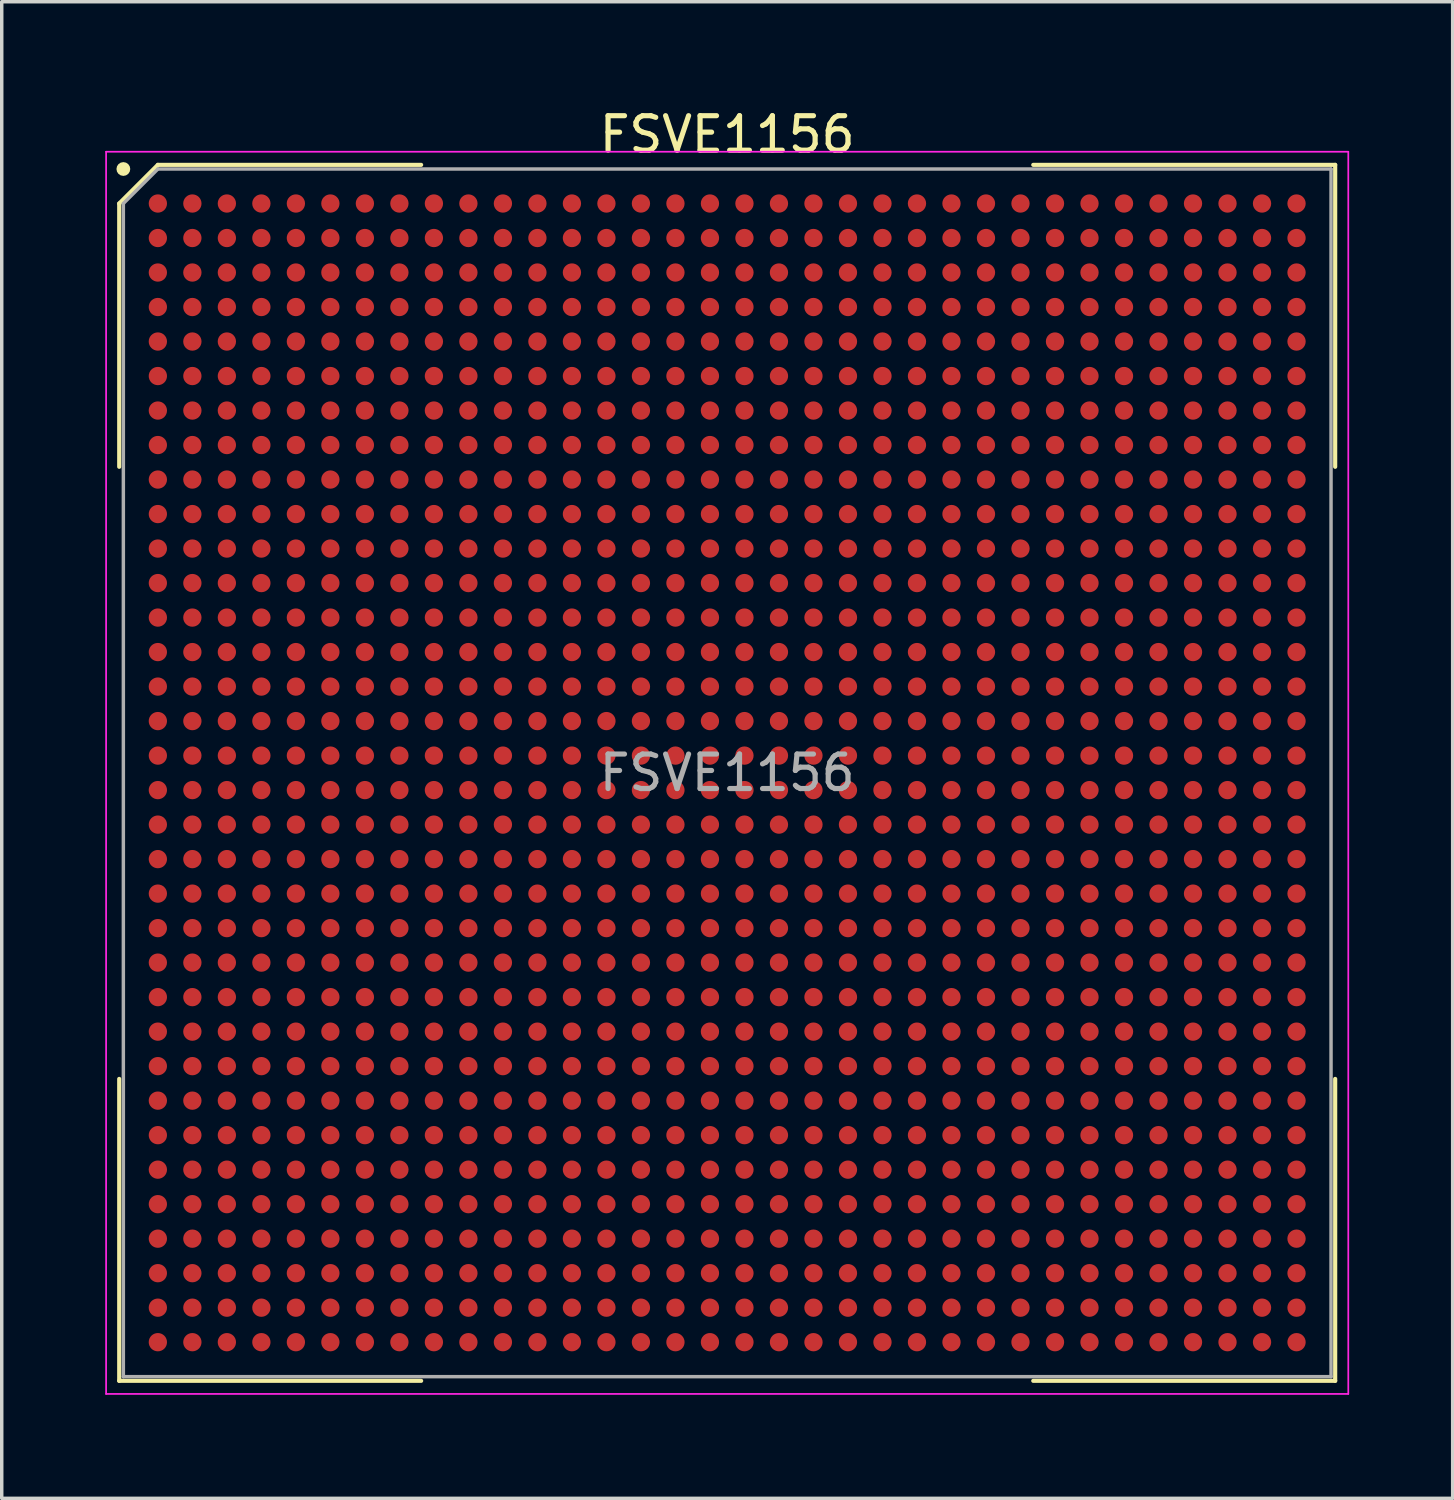
<source format=kicad_pcb>
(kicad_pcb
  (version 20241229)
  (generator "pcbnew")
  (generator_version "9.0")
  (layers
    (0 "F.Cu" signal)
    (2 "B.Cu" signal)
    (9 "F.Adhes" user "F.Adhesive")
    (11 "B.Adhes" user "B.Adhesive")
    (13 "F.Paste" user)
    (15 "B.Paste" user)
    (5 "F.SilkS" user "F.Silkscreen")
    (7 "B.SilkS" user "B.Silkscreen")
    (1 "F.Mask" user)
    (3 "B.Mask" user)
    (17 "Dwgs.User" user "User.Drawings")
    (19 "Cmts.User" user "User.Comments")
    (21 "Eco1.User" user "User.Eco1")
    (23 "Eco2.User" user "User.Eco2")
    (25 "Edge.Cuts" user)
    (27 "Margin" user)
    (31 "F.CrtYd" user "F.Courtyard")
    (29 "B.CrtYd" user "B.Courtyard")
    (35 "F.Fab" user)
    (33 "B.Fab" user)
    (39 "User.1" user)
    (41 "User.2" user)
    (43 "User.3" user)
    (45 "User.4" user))
  (footprint "FSVE1156"
    (layer "F.Cu")
    (at 18.025 19.348)
    (property "Reference" "FSVE1156" (at 0 -18.5 0) (layer "F.SilkS") (effects (font (size 1 1) (thickness 0.15))))
    (attr smd)
    (fp_line (start -17.62 -16.5) (end -17.62 -8.87) (stroke (width 0.12) (type default)) (layer "F.SilkS"))
    (fp_line (start -17.62 17.62) (end -17.62 8.87) (stroke (width 0.12) (type default)) (layer "F.SilkS"))
    (fp_line (start -16.5 -17.62) (end -17.62 -16.5) (stroke (width 0.12) (type default)) (layer "F.SilkS"))
    (fp_line (start -8.87 -17.62) (end -16.5 -17.62) (stroke (width 0.12) (type default)) (layer "F.SilkS"))
    (fp_line (start -8.87 17.62) (end -17.62 17.62) (stroke (width 0.12) (type default)) (layer "F.SilkS"))
    (fp_line (start 8.87 -17.62) (end 17.62 -17.62) (stroke (width 0.12) (type default)) (layer "F.SilkS"))
    (fp_line (start 8.87 17.62) (end 17.62 17.62) (stroke (width 0.12) (type default)) (layer "F.SilkS"))
    (fp_line (start 17.62 -17.62) (end 17.62 -8.87) (stroke (width 0.12) (type default)) (layer "F.SilkS"))
    (fp_line (start 17.62 17.62) (end 17.62 8.87) (stroke (width 0.12) (type default)) (layer "F.SilkS"))
    (fp_circle (center -17.5 -17.5) (end -17.5 -17.4) (stroke (width 0.2) (type default)) (fill no) (layer "F.SilkS"))
    (fp_line (start -18 -18) (end 18 -18) (stroke (width 0.05) (type default)) (layer "F.CrtYd"))
    (fp_line (start -18 18) (end -18 -18) (stroke (width 0.05) (type default)) (layer "F.CrtYd"))
    (fp_line (start 18 -18) (end 18 18) (stroke (width 0.05) (type default)) (layer "F.CrtYd"))
    (fp_line (start 18 18) (end -18 18) (stroke (width 0.05) (type default)) (layer "F.CrtYd"))
    (fp_line (start -17.5 -16.5) (end -17.5 17.5) (stroke (width 0.1) (type default)) (layer "F.Fab"))
    (fp_line (start -17.5 17.5) (end 17.5 17.5) (stroke (width 0.1) (type default)) (layer "F.Fab"))
    (fp_line (start -16.5 -17.5) (end -17.5 -16.5) (stroke (width 0.1) (type default)) (layer "F.Fab"))
    (fp_line (start 17.5 -17.5) (end -16.5 -17.5) (stroke (width 0.1) (type default)) (layer "F.Fab"))
    (fp_line (start 17.5 17.5) (end 17.5 -17.5) (stroke (width 0.1) (type default)) (layer "F.Fab"))
    (fp_text user "${REFERENCE}" (at 0 0 0) (layer "F.Fab") (effects (font (size 1 1) (thickness 0.15))))
    (pad "A1" smd circle (at -16.5 -16.5) (size 0.53 0.53) (layers "F.Cu" "F.Mask" "F.Paste"))
    (pad "A2" smd circle (at -15.5 -16.5) (size 0.53 0.53) (layers "F.Cu" "F.Mask" "F.Paste"))
    (pad "A3" smd circle (at -14.5 -16.5) (size 0.53 0.53) (layers "F.Cu" "F.Mask" "F.Paste"))
    (pad "A4" smd circle (at -13.5 -16.5) (size 0.53 0.53) (layers "F.Cu" "F.Mask" "F.Paste"))
    (pad "A5" smd circle (at -12.5 -16.5) (size 0.53 0.53) (layers "F.Cu" "F.Mask" "F.Paste"))
    (pad "A6" smd circle (at -11.5 -16.5) (size 0.53 0.53) (layers "F.Cu" "F.Mask" "F.Paste"))
    (pad "A7" smd circle (at -10.5 -16.5) (size 0.53 0.53) (layers "F.Cu" "F.Mask" "F.Paste"))
    (pad "A8" smd circle (at -9.5 -16.5) (size 0.53 0.53) (layers "F.Cu" "F.Mask" "F.Paste"))
    (pad "A9" smd circle (at -8.5 -16.5) (size 0.53 0.53) (layers "F.Cu" "F.Mask" "F.Paste"))
    (pad "A10" smd circle (at -7.5 -16.5) (size 0.53 0.53) (layers "F.Cu" "F.Mask" "F.Paste"))
    (pad "A11" smd circle (at -6.5 -16.5) (size 0.53 0.53) (layers "F.Cu" "F.Mask" "F.Paste"))
    (pad "A12" smd circle (at -5.5 -16.5) (size 0.53 0.53) (layers "F.Cu" "F.Mask" "F.Paste"))
    (pad "A13" smd circle (at -4.5 -16.5) (size 0.53 0.53) (layers "F.Cu" "F.Mask" "F.Paste"))
    (pad "A14" smd circle (at -3.5 -16.5) (size 0.53 0.53) (layers "F.Cu" "F.Mask" "F.Paste"))
    (pad "A15" smd circle (at -2.5 -16.5) (size 0.53 0.53) (layers "F.Cu" "F.Mask" "F.Paste"))
    (pad "A16" smd circle (at -1.5 -16.5) (size 0.53 0.53) (layers "F.Cu" "F.Mask" "F.Paste"))
    (pad "A17" smd circle (at -0.5 -16.5) (size 0.53 0.53) (layers "F.Cu" "F.Mask" "F.Paste"))
    (pad "A18" smd circle (at 0.5 -16.5) (size 0.53 0.53) (layers "F.Cu" "F.Mask" "F.Paste"))
    (pad "A19" smd circle (at 1.5 -16.5) (size 0.53 0.53) (layers "F.Cu" "F.Mask" "F.Paste"))
    (pad "A20" smd circle (at 2.5 -16.5) (size 0.53 0.53) (layers "F.Cu" "F.Mask" "F.Paste"))
    (pad "A21" smd circle (at 3.5 -16.5) (size 0.53 0.53) (layers "F.Cu" "F.Mask" "F.Paste"))
    (pad "A22" smd circle (at 4.5 -16.5) (size 0.53 0.53) (layers "F.Cu" "F.Mask" "F.Paste"))
    (pad "A23" smd circle (at 5.5 -16.5) (size 0.53 0.53) (layers "F.Cu" "F.Mask" "F.Paste"))
    (pad "A24" smd circle (at 6.5 -16.5) (size 0.53 0.53) (layers "F.Cu" "F.Mask" "F.Paste"))
    (pad "A25" smd circle (at 7.5 -16.5) (size 0.53 0.53) (layers "F.Cu" "F.Mask" "F.Paste"))
    (pad "A26" smd circle (at 8.5 -16.5) (size 0.53 0.53) (layers "F.Cu" "F.Mask" "F.Paste"))
    (pad "A27" smd circle (at 9.5 -16.5) (size 0.53 0.53) (layers "F.Cu" "F.Mask" "F.Paste"))
    (pad "A28" smd circle (at 10.5 -16.5) (size 0.53 0.53) (layers "F.Cu" "F.Mask" "F.Paste"))
    (pad "A29" smd circle (at 11.5 -16.5) (size 0.53 0.53) (layers "F.Cu" "F.Mask" "F.Paste"))
    (pad "A30" smd circle (at 12.5 -16.5) (size 0.53 0.53) (layers "F.Cu" "F.Mask" "F.Paste"))
    (pad "A31" smd circle (at 13.5 -16.5) (size 0.53 0.53) (layers "F.Cu" "F.Mask" "F.Paste"))
    (pad "A32" smd circle (at 14.5 -16.5) (size 0.53 0.53) (layers "F.Cu" "F.Mask" "F.Paste"))
    (pad "A33" smd circle (at 15.5 -16.5) (size 0.53 0.53) (layers "F.Cu" "F.Mask" "F.Paste"))
    (pad "A34" smd circle (at 16.5 -16.5) (size 0.53 0.53) (layers "F.Cu" "F.Mask" "F.Paste"))
    (pad "AA1" smd circle (at -16.5 3.5) (size 0.53 0.53) (layers "F.Cu" "F.Mask" "F.Paste"))
    (pad "AA2" smd circle (at -15.5 3.5) (size 0.53 0.53) (layers "F.Cu" "F.Mask" "F.Paste"))
    (pad "AA3" smd circle (at -14.5 3.5) (size 0.53 0.53) (layers "F.Cu" "F.Mask" "F.Paste"))
    (pad "AA4" smd circle (at -13.5 3.5) (size 0.53 0.53) (layers "F.Cu" "F.Mask" "F.Paste"))
    (pad "AA5" smd circle (at -12.5 3.5) (size 0.53 0.53) (layers "F.Cu" "F.Mask" "F.Paste"))
    (pad "AA6" smd circle (at -11.5 3.5) (size 0.53 0.53) (layers "F.Cu" "F.Mask" "F.Paste"))
    (pad "AA7" smd circle (at -10.5 3.5) (size 0.53 0.53) (layers "F.Cu" "F.Mask" "F.Paste"))
    (pad "AA8" smd circle (at -9.5 3.5) (size 0.53 0.53) (layers "F.Cu" "F.Mask" "F.Paste"))
    (pad "AA9" smd circle (at -8.5 3.5) (size 0.53 0.53) (layers "F.Cu" "F.Mask" "F.Paste"))
    (pad "AA10" smd circle (at -7.5 3.5) (size 0.53 0.53) (layers "F.Cu" "F.Mask" "F.Paste"))
    (pad "AA11" smd circle (at -6.5 3.5) (size 0.53 0.53) (layers "F.Cu" "F.Mask" "F.Paste"))
    (pad "AA12" smd circle (at -5.5 3.5) (size 0.53 0.53) (layers "F.Cu" "F.Mask" "F.Paste"))
    (pad "AA13" smd circle (at -4.5 3.5) (size 0.53 0.53) (layers "F.Cu" "F.Mask" "F.Paste"))
    (pad "AA14" smd circle (at -3.5 3.5) (size 0.53 0.53) (layers "F.Cu" "F.Mask" "F.Paste"))
    (pad "AA15" smd circle (at -2.5 3.5) (size 0.53 0.53) (layers "F.Cu" "F.Mask" "F.Paste"))
    (pad "AA16" smd circle (at -1.5 3.5) (size 0.53 0.53) (layers "F.Cu" "F.Mask" "F.Paste"))
    (pad "AA17" smd circle (at -0.5 3.5) (size 0.53 0.53) (layers "F.Cu" "F.Mask" "F.Paste"))
    (pad "AA18" smd circle (at 0.5 3.5) (size 0.53 0.53) (layers "F.Cu" "F.Mask" "F.Paste"))
    (pad "AA19" smd circle (at 1.5 3.5) (size 0.53 0.53) (layers "F.Cu" "F.Mask" "F.Paste"))
    (pad "AA20" smd circle (at 2.5 3.5) (size 0.53 0.53) (layers "F.Cu" "F.Mask" "F.Paste"))
    (pad "AA21" smd circle (at 3.5 3.5) (size 0.53 0.53) (layers "F.Cu" "F.Mask" "F.Paste"))
    (pad "AA22" smd circle (at 4.5 3.5) (size 0.53 0.53) (layers "F.Cu" "F.Mask" "F.Paste"))
    (pad "AA23" smd circle (at 5.5 3.5) (size 0.53 0.53) (layers "F.Cu" "F.Mask" "F.Paste"))
    (pad "AA24" smd circle (at 6.5 3.5) (size 0.53 0.53) (layers "F.Cu" "F.Mask" "F.Paste"))
    (pad "AA25" smd circle (at 7.5 3.5) (size 0.53 0.53) (layers "F.Cu" "F.Mask" "F.Paste"))
    (pad "AA26" smd circle (at 8.5 3.5) (size 0.53 0.53) (layers "F.Cu" "F.Mask" "F.Paste"))
    (pad "AA27" smd circle (at 9.5 3.5) (size 0.53 0.53) (layers "F.Cu" "F.Mask" "F.Paste"))
    (pad "AA28" smd circle (at 10.5 3.5) (size 0.53 0.53) (layers "F.Cu" "F.Mask" "F.Paste"))
    (pad "AA29" smd circle (at 11.5 3.5) (size 0.53 0.53) (layers "F.Cu" "F.Mask" "F.Paste"))
    (pad "AA30" smd circle (at 12.5 3.5) (size 0.53 0.53) (layers "F.Cu" "F.Mask" "F.Paste"))
    (pad "AA31" smd circle (at 13.5 3.5) (size 0.53 0.53) (layers "F.Cu" "F.Mask" "F.Paste"))
    (pad "AA32" smd circle (at 14.5 3.5) (size 0.53 0.53) (layers "F.Cu" "F.Mask" "F.Paste"))
    (pad "AA33" smd circle (at 15.5 3.5) (size 0.53 0.53) (layers "F.Cu" "F.Mask" "F.Paste"))
    (pad "AA34" smd circle (at 16.5 3.5) (size 0.53 0.53) (layers "F.Cu" "F.Mask" "F.Paste"))
    (pad "AB1" smd circle (at -16.5 4.5) (size 0.53 0.53) (layers "F.Cu" "F.Mask" "F.Paste"))
    (pad "AB2" smd circle (at -15.5 4.5) (size 0.53 0.53) (layers "F.Cu" "F.Mask" "F.Paste"))
    (pad "AB3" smd circle (at -14.5 4.5) (size 0.53 0.53) (layers "F.Cu" "F.Mask" "F.Paste"))
    (pad "AB4" smd circle (at -13.5 4.5) (size 0.53 0.53) (layers "F.Cu" "F.Mask" "F.Paste"))
    (pad "AB5" smd circle (at -12.5 4.5) (size 0.53 0.53) (layers "F.Cu" "F.Mask" "F.Paste"))
    (pad "AB6" smd circle (at -11.5 4.5) (size 0.53 0.53) (layers "F.Cu" "F.Mask" "F.Paste"))
    (pad "AB7" smd circle (at -10.5 4.5) (size 0.53 0.53) (layers "F.Cu" "F.Mask" "F.Paste"))
    (pad "AB8" smd circle (at -9.5 4.5) (size 0.53 0.53) (layers "F.Cu" "F.Mask" "F.Paste"))
    (pad "AB9" smd circle (at -8.5 4.5) (size 0.53 0.53) (layers "F.Cu" "F.Mask" "F.Paste"))
    (pad "AB10" smd circle (at -7.5 4.5) (size 0.53 0.53) (layers "F.Cu" "F.Mask" "F.Paste"))
    (pad "AB11" smd circle (at -6.5 4.5) (size 0.53 0.53) (layers "F.Cu" "F.Mask" "F.Paste"))
    (pad "AB12" smd circle (at -5.5 4.5) (size 0.53 0.53) (layers "F.Cu" "F.Mask" "F.Paste"))
    (pad "AB13" smd circle (at -4.5 4.5) (size 0.53 0.53) (layers "F.Cu" "F.Mask" "F.Paste"))
    (pad "AB14" smd circle (at -3.5 4.5) (size 0.53 0.53) (layers "F.Cu" "F.Mask" "F.Paste"))
    (pad "AB15" smd circle (at -2.5 4.5) (size 0.53 0.53) (layers "F.Cu" "F.Mask" "F.Paste"))
    (pad "AB16" smd circle (at -1.5 4.5) (size 0.53 0.53) (layers "F.Cu" "F.Mask" "F.Paste"))
    (pad "AB17" smd circle (at -0.5 4.5) (size 0.53 0.53) (layers "F.Cu" "F.Mask" "F.Paste"))
    (pad "AB18" smd circle (at 0.5 4.5) (size 0.53 0.53) (layers "F.Cu" "F.Mask" "F.Paste"))
    (pad "AB19" smd circle (at 1.5 4.5) (size 0.53 0.53) (layers "F.Cu" "F.Mask" "F.Paste"))
    (pad "AB20" smd circle (at 2.5 4.5) (size 0.53 0.53) (layers "F.Cu" "F.Mask" "F.Paste"))
    (pad "AB21" smd circle (at 3.5 4.5) (size 0.53 0.53) (layers "F.Cu" "F.Mask" "F.Paste"))
    (pad "AB22" smd circle (at 4.5 4.5) (size 0.53 0.53) (layers "F.Cu" "F.Mask" "F.Paste"))
    (pad "AB23" smd circle (at 5.5 4.5) (size 0.53 0.53) (layers "F.Cu" "F.Mask" "F.Paste"))
    (pad "AB24" smd circle (at 6.5 4.5) (size 0.53 0.53) (layers "F.Cu" "F.Mask" "F.Paste"))
    (pad "AB25" smd circle (at 7.5 4.5) (size 0.53 0.53) (layers "F.Cu" "F.Mask" "F.Paste"))
    (pad "AB26" smd circle (at 8.5 4.5) (size 0.53 0.53) (layers "F.Cu" "F.Mask" "F.Paste"))
    (pad "AB27" smd circle (at 9.5 4.5) (size 0.53 0.53) (layers "F.Cu" "F.Mask" "F.Paste"))
    (pad "AB28" smd circle (at 10.5 4.5) (size 0.53 0.53) (layers "F.Cu" "F.Mask" "F.Paste"))
    (pad "AB29" smd circle (at 11.5 4.5) (size 0.53 0.53) (layers "F.Cu" "F.Mask" "F.Paste"))
    (pad "AB30" smd circle (at 12.5 4.5) (size 0.53 0.53) (layers "F.Cu" "F.Mask" "F.Paste"))
    (pad "AB31" smd circle (at 13.5 4.5) (size 0.53 0.53) (layers "F.Cu" "F.Mask" "F.Paste"))
    (pad "AB32" smd circle (at 14.5 4.5) (size 0.53 0.53) (layers "F.Cu" "F.Mask" "F.Paste"))
    (pad "AB33" smd circle (at 15.5 4.5) (size 0.53 0.53) (layers "F.Cu" "F.Mask" "F.Paste"))
    (pad "AB34" smd circle (at 16.5 4.5) (size 0.53 0.53) (layers "F.Cu" "F.Mask" "F.Paste"))
    (pad "AC1" smd circle (at -16.5 5.5) (size 0.53 0.53) (layers "F.Cu" "F.Mask" "F.Paste"))
    (pad "AC2" smd circle (at -15.5 5.5) (size 0.53 0.53) (layers "F.Cu" "F.Mask" "F.Paste"))
    (pad "AC3" smd circle (at -14.5 5.5) (size 0.53 0.53) (layers "F.Cu" "F.Mask" "F.Paste"))
    (pad "AC4" smd circle (at -13.5 5.5) (size 0.53 0.53) (layers "F.Cu" "F.Mask" "F.Paste"))
    (pad "AC5" smd circle (at -12.5 5.5) (size 0.53 0.53) (layers "F.Cu" "F.Mask" "F.Paste"))
    (pad "AC6" smd circle (at -11.5 5.5) (size 0.53 0.53) (layers "F.Cu" "F.Mask" "F.Paste"))
    (pad "AC7" smd circle (at -10.5 5.5) (size 0.53 0.53) (layers "F.Cu" "F.Mask" "F.Paste"))
    (pad "AC8" smd circle (at -9.5 5.5) (size 0.53 0.53) (layers "F.Cu" "F.Mask" "F.Paste"))
    (pad "AC9" smd circle (at -8.5 5.5) (size 0.53 0.53) (layers "F.Cu" "F.Mask" "F.Paste"))
    (pad "AC10" smd circle (at -7.5 5.5) (size 0.53 0.53) (layers "F.Cu" "F.Mask" "F.Paste"))
    (pad "AC11" smd circle (at -6.5 5.5) (size 0.53 0.53) (layers "F.Cu" "F.Mask" "F.Paste"))
    (pad "AC12" smd circle (at -5.5 5.5) (size 0.53 0.53) (layers "F.Cu" "F.Mask" "F.Paste"))
    (pad "AC13" smd circle (at -4.5 5.5) (size 0.53 0.53) (layers "F.Cu" "F.Mask" "F.Paste"))
    (pad "AC14" smd circle (at -3.5 5.5) (size 0.53 0.53) (layers "F.Cu" "F.Mask" "F.Paste"))
    (pad "AC15" smd circle (at -2.5 5.5) (size 0.53 0.53) (layers "F.Cu" "F.Mask" "F.Paste"))
    (pad "AC16" smd circle (at -1.5 5.5) (size 0.53 0.53) (layers "F.Cu" "F.Mask" "F.Paste"))
    (pad "AC17" smd circle (at -0.5 5.5) (size 0.53 0.53) (layers "F.Cu" "F.Mask" "F.Paste"))
    (pad "AC18" smd circle (at 0.5 5.5) (size 0.53 0.53) (layers "F.Cu" "F.Mask" "F.Paste"))
    (pad "AC19" smd circle (at 1.5 5.5) (size 0.53 0.53) (layers "F.Cu" "F.Mask" "F.Paste"))
    (pad "AC20" smd circle (at 2.5 5.5) (size 0.53 0.53) (layers "F.Cu" "F.Mask" "F.Paste"))
    (pad "AC21" smd circle (at 3.5 5.5) (size 0.53 0.53) (layers "F.Cu" "F.Mask" "F.Paste"))
    (pad "AC22" smd circle (at 4.5 5.5) (size 0.53 0.53) (layers "F.Cu" "F.Mask" "F.Paste"))
    (pad "AC23" smd circle (at 5.5 5.5) (size 0.53 0.53) (layers "F.Cu" "F.Mask" "F.Paste"))
    (pad "AC24" smd circle (at 6.5 5.5) (size 0.53 0.53) (layers "F.Cu" "F.Mask" "F.Paste"))
    (pad "AC25" smd circle (at 7.5 5.5) (size 0.53 0.53) (layers "F.Cu" "F.Mask" "F.Paste"))
    (pad "AC26" smd circle (at 8.5 5.5) (size 0.53 0.53) (layers "F.Cu" "F.Mask" "F.Paste"))
    (pad "AC27" smd circle (at 9.5 5.5) (size 0.53 0.53) (layers "F.Cu" "F.Mask" "F.Paste"))
    (pad "AC28" smd circle (at 10.5 5.5) (size 0.53 0.53) (layers "F.Cu" "F.Mask" "F.Paste"))
    (pad "AC29" smd circle (at 11.5 5.5) (size 0.53 0.53) (layers "F.Cu" "F.Mask" "F.Paste"))
    (pad "AC30" smd circle (at 12.5 5.5) (size 0.53 0.53) (layers "F.Cu" "F.Mask" "F.Paste"))
    (pad "AC31" smd circle (at 13.5 5.5) (size 0.53 0.53) (layers "F.Cu" "F.Mask" "F.Paste"))
    (pad "AC32" smd circle (at 14.5 5.5) (size 0.53 0.53) (layers "F.Cu" "F.Mask" "F.Paste"))
    (pad "AC33" smd circle (at 15.5 5.5) (size 0.53 0.53) (layers "F.Cu" "F.Mask" "F.Paste"))
    (pad "AC34" smd circle (at 16.5 5.5) (size 0.53 0.53) (layers "F.Cu" "F.Mask" "F.Paste"))
    (pad "AD1" smd circle (at -16.5 6.5) (size 0.53 0.53) (layers "F.Cu" "F.Mask" "F.Paste"))
    (pad "AD2" smd circle (at -15.5 6.5) (size 0.53 0.53) (layers "F.Cu" "F.Mask" "F.Paste"))
    (pad "AD3" smd circle (at -14.5 6.5) (size 0.53 0.53) (layers "F.Cu" "F.Mask" "F.Paste"))
    (pad "AD4" smd circle (at -13.5 6.5) (size 0.53 0.53) (layers "F.Cu" "F.Mask" "F.Paste"))
    (pad "AD5" smd circle (at -12.5 6.5) (size 0.53 0.53) (layers "F.Cu" "F.Mask" "F.Paste"))
    (pad "AD6" smd circle (at -11.5 6.5) (size 0.53 0.53) (layers "F.Cu" "F.Mask" "F.Paste"))
    (pad "AD7" smd circle (at -10.5 6.5) (size 0.53 0.53) (layers "F.Cu" "F.Mask" "F.Paste"))
    (pad "AD8" smd circle (at -9.5 6.5) (size 0.53 0.53) (layers "F.Cu" "F.Mask" "F.Paste"))
    (pad "AD9" smd circle (at -8.5 6.5) (size 0.53 0.53) (layers "F.Cu" "F.Mask" "F.Paste"))
    (pad "AD10" smd circle (at -7.5 6.5) (size 0.53 0.53) (layers "F.Cu" "F.Mask" "F.Paste"))
    (pad "AD11" smd circle (at -6.5 6.5) (size 0.53 0.53) (layers "F.Cu" "F.Mask" "F.Paste"))
    (pad "AD12" smd circle (at -5.5 6.5) (size 0.53 0.53) (layers "F.Cu" "F.Mask" "F.Paste"))
    (pad "AD13" smd circle (at -4.5 6.5) (size 0.53 0.53) (layers "F.Cu" "F.Mask" "F.Paste"))
    (pad "AD14" smd circle (at -3.5 6.5) (size 0.53 0.53) (layers "F.Cu" "F.Mask" "F.Paste"))
    (pad "AD15" smd circle (at -2.5 6.5) (size 0.53 0.53) (layers "F.Cu" "F.Mask" "F.Paste"))
    (pad "AD16" smd circle (at -1.5 6.5) (size 0.53 0.53) (layers "F.Cu" "F.Mask" "F.Paste"))
    (pad "AD17" smd circle (at -0.5 6.5) (size 0.53 0.53) (layers "F.Cu" "F.Mask" "F.Paste"))
    (pad "AD18" smd circle (at 0.5 6.5) (size 0.53 0.53) (layers "F.Cu" "F.Mask" "F.Paste"))
    (pad "AD19" smd circle (at 1.5 6.5) (size 0.53 0.53) (layers "F.Cu" "F.Mask" "F.Paste"))
    (pad "AD20" smd circle (at 2.5 6.5) (size 0.53 0.53) (layers "F.Cu" "F.Mask" "F.Paste"))
    (pad "AD21" smd circle (at 3.5 6.5) (size 0.53 0.53) (layers "F.Cu" "F.Mask" "F.Paste"))
    (pad "AD22" smd circle (at 4.5 6.5) (size 0.53 0.53) (layers "F.Cu" "F.Mask" "F.Paste"))
    (pad "AD23" smd circle (at 5.5 6.5) (size 0.53 0.53) (layers "F.Cu" "F.Mask" "F.Paste"))
    (pad "AD24" smd circle (at 6.5 6.5) (size 0.53 0.53) (layers "F.Cu" "F.Mask" "F.Paste"))
    (pad "AD25" smd circle (at 7.5 6.5) (size 0.53 0.53) (layers "F.Cu" "F.Mask" "F.Paste"))
    (pad "AD26" smd circle (at 8.5 6.5) (size 0.53 0.53) (layers "F.Cu" "F.Mask" "F.Paste"))
    (pad "AD27" smd circle (at 9.5 6.5) (size 0.53 0.53) (layers "F.Cu" "F.Mask" "F.Paste"))
    (pad "AD28" smd circle (at 10.5 6.5) (size 0.53 0.53) (layers "F.Cu" "F.Mask" "F.Paste"))
    (pad "AD29" smd circle (at 11.5 6.5) (size 0.53 0.53) (layers "F.Cu" "F.Mask" "F.Paste"))
    (pad "AD30" smd circle (at 12.5 6.5) (size 0.53 0.53) (layers "F.Cu" "F.Mask" "F.Paste"))
    (pad "AD31" smd circle (at 13.5 6.5) (size 0.53 0.53) (layers "F.Cu" "F.Mask" "F.Paste"))
    (pad "AD32" smd circle (at 14.5 6.5) (size 0.53 0.53) (layers "F.Cu" "F.Mask" "F.Paste"))
    (pad "AD33" smd circle (at 15.5 6.5) (size 0.53 0.53) (layers "F.Cu" "F.Mask" "F.Paste"))
    (pad "AD34" smd circle (at 16.5 6.5) (size 0.53 0.53) (layers "F.Cu" "F.Mask" "F.Paste"))
    (pad "AE1" smd circle (at -16.5 7.5) (size 0.53 0.53) (layers "F.Cu" "F.Mask" "F.Paste"))
    (pad "AE2" smd circle (at -15.5 7.5) (size 0.53 0.53) (layers "F.Cu" "F.Mask" "F.Paste"))
    (pad "AE3" smd circle (at -14.5 7.5) (size 0.53 0.53) (layers "F.Cu" "F.Mask" "F.Paste"))
    (pad "AE4" smd circle (at -13.5 7.5) (size 0.53 0.53) (layers "F.Cu" "F.Mask" "F.Paste"))
    (pad "AE5" smd circle (at -12.5 7.5) (size 0.53 0.53) (layers "F.Cu" "F.Mask" "F.Paste"))
    (pad "AE6" smd circle (at -11.5 7.5) (size 0.53 0.53) (layers "F.Cu" "F.Mask" "F.Paste"))
    (pad "AE7" smd circle (at -10.5 7.5) (size 0.53 0.53) (layers "F.Cu" "F.Mask" "F.Paste"))
    (pad "AE8" smd circle (at -9.5 7.5) (size 0.53 0.53) (layers "F.Cu" "F.Mask" "F.Paste"))
    (pad "AE9" smd circle (at -8.5 7.5) (size 0.53 0.53) (layers "F.Cu" "F.Mask" "F.Paste"))
    (pad "AE10" smd circle (at -7.5 7.5) (size 0.53 0.53) (layers "F.Cu" "F.Mask" "F.Paste"))
    (pad "AE11" smd circle (at -6.5 7.5) (size 0.53 0.53) (layers "F.Cu" "F.Mask" "F.Paste"))
    (pad "AE12" smd circle (at -5.5 7.5) (size 0.53 0.53) (layers "F.Cu" "F.Mask" "F.Paste"))
    (pad "AE13" smd circle (at -4.5 7.5) (size 0.53 0.53) (layers "F.Cu" "F.Mask" "F.Paste"))
    (pad "AE14" smd circle (at -3.5 7.5) (size 0.53 0.53) (layers "F.Cu" "F.Mask" "F.Paste"))
    (pad "AE15" smd circle (at -2.5 7.5) (size 0.53 0.53) (layers "F.Cu" "F.Mask" "F.Paste"))
    (pad "AE16" smd circle (at -1.5 7.5) (size 0.53 0.53) (layers "F.Cu" "F.Mask" "F.Paste"))
    (pad "AE17" smd circle (at -0.5 7.5) (size 0.53 0.53) (layers "F.Cu" "F.Mask" "F.Paste"))
    (pad "AE18" smd circle (at 0.5 7.5) (size 0.53 0.53) (layers "F.Cu" "F.Mask" "F.Paste"))
    (pad "AE19" smd circle (at 1.5 7.5) (size 0.53 0.53) (layers "F.Cu" "F.Mask" "F.Paste"))
    (pad "AE20" smd circle (at 2.5 7.5) (size 0.53 0.53) (layers "F.Cu" "F.Mask" "F.Paste"))
    (pad "AE21" smd circle (at 3.5 7.5) (size 0.53 0.53) (layers "F.Cu" "F.Mask" "F.Paste"))
    (pad "AE22" smd circle (at 4.5 7.5) (size 0.53 0.53) (layers "F.Cu" "F.Mask" "F.Paste"))
    (pad "AE23" smd circle (at 5.5 7.5) (size 0.53 0.53) (layers "F.Cu" "F.Mask" "F.Paste"))
    (pad "AE24" smd circle (at 6.5 7.5) (size 0.53 0.53) (layers "F.Cu" "F.Mask" "F.Paste"))
    (pad "AE25" smd circle (at 7.5 7.5) (size 0.53 0.53) (layers "F.Cu" "F.Mask" "F.Paste"))
    (pad "AE26" smd circle (at 8.5 7.5) (size 0.53 0.53) (layers "F.Cu" "F.Mask" "F.Paste"))
    (pad "AE27" smd circle (at 9.5 7.5) (size 0.53 0.53) (layers "F.Cu" "F.Mask" "F.Paste"))
    (pad "AE28" smd circle (at 10.5 7.5) (size 0.53 0.53) (layers "F.Cu" "F.Mask" "F.Paste"))
    (pad "AE29" smd circle (at 11.5 7.5) (size 0.53 0.53) (layers "F.Cu" "F.Mask" "F.Paste"))
    (pad "AE30" smd circle (at 12.5 7.5) (size 0.53 0.53) (layers "F.Cu" "F.Mask" "F.Paste"))
    (pad "AE31" smd circle (at 13.5 7.5) (size 0.53 0.53) (layers "F.Cu" "F.Mask" "F.Paste"))
    (pad "AE32" smd circle (at 14.5 7.5) (size 0.53 0.53) (layers "F.Cu" "F.Mask" "F.Paste"))
    (pad "AE33" smd circle (at 15.5 7.5) (size 0.53 0.53) (layers "F.Cu" "F.Mask" "F.Paste"))
    (pad "AE34" smd circle (at 16.5 7.5) (size 0.53 0.53) (layers "F.Cu" "F.Mask" "F.Paste"))
    (pad "AF1" smd circle (at -16.5 8.5) (size 0.53 0.53) (layers "F.Cu" "F.Mask" "F.Paste"))
    (pad "AF2" smd circle (at -15.5 8.5) (size 0.53 0.53) (layers "F.Cu" "F.Mask" "F.Paste"))
    (pad "AF3" smd circle (at -14.5 8.5) (size 0.53 0.53) (layers "F.Cu" "F.Mask" "F.Paste"))
    (pad "AF4" smd circle (at -13.5 8.5) (size 0.53 0.53) (layers "F.Cu" "F.Mask" "F.Paste"))
    (pad "AF5" smd circle (at -12.5 8.5) (size 0.53 0.53) (layers "F.Cu" "F.Mask" "F.Paste"))
    (pad "AF6" smd circle (at -11.5 8.5) (size 0.53 0.53) (layers "F.Cu" "F.Mask" "F.Paste"))
    (pad "AF7" smd circle (at -10.5 8.5) (size 0.53 0.53) (layers "F.Cu" "F.Mask" "F.Paste"))
    (pad "AF8" smd circle (at -9.5 8.5) (size 0.53 0.53) (layers "F.Cu" "F.Mask" "F.Paste"))
    (pad "AF9" smd circle (at -8.5 8.5) (size 0.53 0.53) (layers "F.Cu" "F.Mask" "F.Paste"))
    (pad "AF10" smd circle (at -7.5 8.5) (size 0.53 0.53) (layers "F.Cu" "F.Mask" "F.Paste"))
    (pad "AF11" smd circle (at -6.5 8.5) (size 0.53 0.53) (layers "F.Cu" "F.Mask" "F.Paste"))
    (pad "AF12" smd circle (at -5.5 8.5) (size 0.53 0.53) (layers "F.Cu" "F.Mask" "F.Paste"))
    (pad "AF13" smd circle (at -4.5 8.5) (size 0.53 0.53) (layers "F.Cu" "F.Mask" "F.Paste"))
    (pad "AF14" smd circle (at -3.5 8.5) (size 0.53 0.53) (layers "F.Cu" "F.Mask" "F.Paste"))
    (pad "AF15" smd circle (at -2.5 8.5) (size 0.53 0.53) (layers "F.Cu" "F.Mask" "F.Paste"))
    (pad "AF16" smd circle (at -1.5 8.5) (size 0.53 0.53) (layers "F.Cu" "F.Mask" "F.Paste"))
    (pad "AF17" smd circle (at -0.5 8.5) (size 0.53 0.53) (layers "F.Cu" "F.Mask" "F.Paste"))
    (pad "AF18" smd circle (at 0.5 8.5) (size 0.53 0.53) (layers "F.Cu" "F.Mask" "F.Paste"))
    (pad "AF19" smd circle (at 1.5 8.5) (size 0.53 0.53) (layers "F.Cu" "F.Mask" "F.Paste"))
    (pad "AF20" smd circle (at 2.5 8.5) (size 0.53 0.53) (layers "F.Cu" "F.Mask" "F.Paste"))
    (pad "AF21" smd circle (at 3.5 8.5) (size 0.53 0.53) (layers "F.Cu" "F.Mask" "F.Paste"))
    (pad "AF22" smd circle (at 4.5 8.5) (size 0.53 0.53) (layers "F.Cu" "F.Mask" "F.Paste"))
    (pad "AF23" smd circle (at 5.5 8.5) (size 0.53 0.53) (layers "F.Cu" "F.Mask" "F.Paste"))
    (pad "AF24" smd circle (at 6.5 8.5) (size 0.53 0.53) (layers "F.Cu" "F.Mask" "F.Paste"))
    (pad "AF25" smd circle (at 7.5 8.5) (size 0.53 0.53) (layers "F.Cu" "F.Mask" "F.Paste"))
    (pad "AF26" smd circle (at 8.5 8.5) (size 0.53 0.53) (layers "F.Cu" "F.Mask" "F.Paste"))
    (pad "AF27" smd circle (at 9.5 8.5) (size 0.53 0.53) (layers "F.Cu" "F.Mask" "F.Paste"))
    (pad "AF28" smd circle (at 10.5 8.5) (size 0.53 0.53) (layers "F.Cu" "F.Mask" "F.Paste"))
    (pad "AF29" smd circle (at 11.5 8.5) (size 0.53 0.53) (layers "F.Cu" "F.Mask" "F.Paste"))
    (pad "AF30" smd circle (at 12.5 8.5) (size 0.53 0.53) (layers "F.Cu" "F.Mask" "F.Paste"))
    (pad "AF31" smd circle (at 13.5 8.5) (size 0.53 0.53) (layers "F.Cu" "F.Mask" "F.Paste"))
    (pad "AF32" smd circle (at 14.5 8.5) (size 0.53 0.53) (layers "F.Cu" "F.Mask" "F.Paste"))
    (pad "AF33" smd circle (at 15.5 8.5) (size 0.53 0.53) (layers "F.Cu" "F.Mask" "F.Paste"))
    (pad "AF34" smd circle (at 16.5 8.5) (size 0.53 0.53) (layers "F.Cu" "F.Mask" "F.Paste"))
    (pad "AG1" smd circle (at -16.5 9.5) (size 0.53 0.53) (layers "F.Cu" "F.Mask" "F.Paste"))
    (pad "AG2" smd circle (at -15.5 9.5) (size 0.53 0.53) (layers "F.Cu" "F.Mask" "F.Paste"))
    (pad "AG3" smd circle (at -14.5 9.5) (size 0.53 0.53) (layers "F.Cu" "F.Mask" "F.Paste"))
    (pad "AG4" smd circle (at -13.5 9.5) (size 0.53 0.53) (layers "F.Cu" "F.Mask" "F.Paste"))
    (pad "AG5" smd circle (at -12.5 9.5) (size 0.53 0.53) (layers "F.Cu" "F.Mask" "F.Paste"))
    (pad "AG6" smd circle (at -11.5 9.5) (size 0.53 0.53) (layers "F.Cu" "F.Mask" "F.Paste"))
    (pad "AG7" smd circle (at -10.5 9.5) (size 0.53 0.53) (layers "F.Cu" "F.Mask" "F.Paste"))
    (pad "AG8" smd circle (at -9.5 9.5) (size 0.53 0.53) (layers "F.Cu" "F.Mask" "F.Paste"))
    (pad "AG9" smd circle (at -8.5 9.5) (size 0.53 0.53) (layers "F.Cu" "F.Mask" "F.Paste"))
    (pad "AG10" smd circle (at -7.5 9.5) (size 0.53 0.53) (layers "F.Cu" "F.Mask" "F.Paste"))
    (pad "AG11" smd circle (at -6.5 9.5) (size 0.53 0.53) (layers "F.Cu" "F.Mask" "F.Paste"))
    (pad "AG12" smd circle (at -5.5 9.5) (size 0.53 0.53) (layers "F.Cu" "F.Mask" "F.Paste"))
    (pad "AG13" smd circle (at -4.5 9.5) (size 0.53 0.53) (layers "F.Cu" "F.Mask" "F.Paste"))
    (pad "AG14" smd circle (at -3.5 9.5) (size 0.53 0.53) (layers "F.Cu" "F.Mask" "F.Paste"))
    (pad "AG15" smd circle (at -2.5 9.5) (size 0.53 0.53) (layers "F.Cu" "F.Mask" "F.Paste"))
    (pad "AG16" smd circle (at -1.5 9.5) (size 0.53 0.53) (layers "F.Cu" "F.Mask" "F.Paste"))
    (pad "AG17" smd circle (at -0.5 9.5) (size 0.53 0.53) (layers "F.Cu" "F.Mask" "F.Paste"))
    (pad "AG18" smd circle (at 0.5 9.5) (size 0.53 0.53) (layers "F.Cu" "F.Mask" "F.Paste"))
    (pad "AG19" smd circle (at 1.5 9.5) (size 0.53 0.53) (layers "F.Cu" "F.Mask" "F.Paste"))
    (pad "AG20" smd circle (at 2.5 9.5) (size 0.53 0.53) (layers "F.Cu" "F.Mask" "F.Paste"))
    (pad "AG21" smd circle (at 3.5 9.5) (size 0.53 0.53) (layers "F.Cu" "F.Mask" "F.Paste"))
    (pad "AG22" smd circle (at 4.5 9.5) (size 0.53 0.53) (layers "F.Cu" "F.Mask" "F.Paste"))
    (pad "AG23" smd circle (at 5.5 9.5) (size 0.53 0.53) (layers "F.Cu" "F.Mask" "F.Paste"))
    (pad "AG24" smd circle (at 6.5 9.5) (size 0.53 0.53) (layers "F.Cu" "F.Mask" "F.Paste"))
    (pad "AG25" smd circle (at 7.5 9.5) (size 0.53 0.53) (layers "F.Cu" "F.Mask" "F.Paste"))
    (pad "AG26" smd circle (at 8.5 9.5) (size 0.53 0.53) (layers "F.Cu" "F.Mask" "F.Paste"))
    (pad "AG27" smd circle (at 9.5 9.5) (size 0.53 0.53) (layers "F.Cu" "F.Mask" "F.Paste"))
    (pad "AG28" smd circle (at 10.5 9.5) (size 0.53 0.53) (layers "F.Cu" "F.Mask" "F.Paste"))
    (pad "AG29" smd circle (at 11.5 9.5) (size 0.53 0.53) (layers "F.Cu" "F.Mask" "F.Paste"))
    (pad "AG30" smd circle (at 12.5 9.5) (size 0.53 0.53) (layers "F.Cu" "F.Mask" "F.Paste"))
    (pad "AG31" smd circle (at 13.5 9.5) (size 0.53 0.53) (layers "F.Cu" "F.Mask" "F.Paste"))
    (pad "AG32" smd circle (at 14.5 9.5) (size 0.53 0.53) (layers "F.Cu" "F.Mask" "F.Paste"))
    (pad "AG33" smd circle (at 15.5 9.5) (size 0.53 0.53) (layers "F.Cu" "F.Mask" "F.Paste"))
    (pad "AG34" smd circle (at 16.5 9.5) (size 0.53 0.53) (layers "F.Cu" "F.Mask" "F.Paste"))
    (pad "AH1" smd circle (at -16.5 10.5) (size 0.53 0.53) (layers "F.Cu" "F.Mask" "F.Paste"))
    (pad "AH2" smd circle (at -15.5 10.5) (size 0.53 0.53) (layers "F.Cu" "F.Mask" "F.Paste"))
    (pad "AH3" smd circle (at -14.5 10.5) (size 0.53 0.53) (layers "F.Cu" "F.Mask" "F.Paste"))
    (pad "AH4" smd circle (at -13.5 10.5) (size 0.53 0.53) (layers "F.Cu" "F.Mask" "F.Paste"))
    (pad "AH5" smd circle (at -12.5 10.5) (size 0.53 0.53) (layers "F.Cu" "F.Mask" "F.Paste"))
    (pad "AH6" smd circle (at -11.5 10.5) (size 0.53 0.53) (layers "F.Cu" "F.Mask" "F.Paste"))
    (pad "AH7" smd circle (at -10.5 10.5) (size 0.53 0.53) (layers "F.Cu" "F.Mask" "F.Paste"))
    (pad "AH8" smd circle (at -9.5 10.5) (size 0.53 0.53) (layers "F.Cu" "F.Mask" "F.Paste"))
    (pad "AH9" smd circle (at -8.5 10.5) (size 0.53 0.53) (layers "F.Cu" "F.Mask" "F.Paste"))
    (pad "AH10" smd circle (at -7.5 10.5) (size 0.53 0.53) (layers "F.Cu" "F.Mask" "F.Paste"))
    (pad "AH11" smd circle (at -6.5 10.5) (size 0.53 0.53) (layers "F.Cu" "F.Mask" "F.Paste"))
    (pad "AH12" smd circle (at -5.5 10.5) (size 0.53 0.53) (layers "F.Cu" "F.Mask" "F.Paste"))
    (pad "AH13" smd circle (at -4.5 10.5) (size 0.53 0.53) (layers "F.Cu" "F.Mask" "F.Paste"))
    (pad "AH14" smd circle (at -3.5 10.5) (size 0.53 0.53) (layers "F.Cu" "F.Mask" "F.Paste"))
    (pad "AH15" smd circle (at -2.5 10.5) (size 0.53 0.53) (layers "F.Cu" "F.Mask" "F.Paste"))
    (pad "AH16" smd circle (at -1.5 10.5) (size 0.53 0.53) (layers "F.Cu" "F.Mask" "F.Paste"))
    (pad "AH17" smd circle (at -0.5 10.5) (size 0.53 0.53) (layers "F.Cu" "F.Mask" "F.Paste"))
    (pad "AH18" smd circle (at 0.5 10.5) (size 0.53 0.53) (layers "F.Cu" "F.Mask" "F.Paste"))
    (pad "AH19" smd circle (at 1.5 10.5) (size 0.53 0.53) (layers "F.Cu" "F.Mask" "F.Paste"))
    (pad "AH20" smd circle (at 2.5 10.5) (size 0.53 0.53) (layers "F.Cu" "F.Mask" "F.Paste"))
    (pad "AH21" smd circle (at 3.5 10.5) (size 0.53 0.53) (layers "F.Cu" "F.Mask" "F.Paste"))
    (pad "AH22" smd circle (at 4.5 10.5) (size 0.53 0.53) (layers "F.Cu" "F.Mask" "F.Paste"))
    (pad "AH23" smd circle (at 5.5 10.5) (size 0.53 0.53) (layers "F.Cu" "F.Mask" "F.Paste"))
    (pad "AH24" smd circle (at 6.5 10.5) (size 0.53 0.53) (layers "F.Cu" "F.Mask" "F.Paste"))
    (pad "AH25" smd circle (at 7.5 10.5) (size 0.53 0.53) (layers "F.Cu" "F.Mask" "F.Paste"))
    (pad "AH26" smd circle (at 8.5 10.5) (size 0.53 0.53) (layers "F.Cu" "F.Mask" "F.Paste"))
    (pad "AH27" smd circle (at 9.5 10.5) (size 0.53 0.53) (layers "F.Cu" "F.Mask" "F.Paste"))
    (pad "AH28" smd circle (at 10.5 10.5) (size 0.53 0.53) (layers "F.Cu" "F.Mask" "F.Paste"))
    (pad "AH29" smd circle (at 11.5 10.5) (size 0.53 0.53) (layers "F.Cu" "F.Mask" "F.Paste"))
    (pad "AH30" smd circle (at 12.5 10.5) (size 0.53 0.53) (layers "F.Cu" "F.Mask" "F.Paste"))
    (pad "AH31" smd circle (at 13.5 10.5) (size 0.53 0.53) (layers "F.Cu" "F.Mask" "F.Paste"))
    (pad "AH32" smd circle (at 14.5 10.5) (size 0.53 0.53) (layers "F.Cu" "F.Mask" "F.Paste"))
    (pad "AH33" smd circle (at 15.5 10.5) (size 0.53 0.53) (layers "F.Cu" "F.Mask" "F.Paste"))
    (pad "AH34" smd circle (at 16.5 10.5) (size 0.53 0.53) (layers "F.Cu" "F.Mask" "F.Paste"))
    (pad "AJ1" smd circle (at -16.5 11.5) (size 0.53 0.53) (layers "F.Cu" "F.Mask" "F.Paste"))
    (pad "AJ2" smd circle (at -15.5 11.5) (size 0.53 0.53) (layers "F.Cu" "F.Mask" "F.Paste"))
    (pad "AJ3" smd circle (at -14.5 11.5) (size 0.53 0.53) (layers "F.Cu" "F.Mask" "F.Paste"))
    (pad "AJ4" smd circle (at -13.5 11.5) (size 0.53 0.53) (layers "F.Cu" "F.Mask" "F.Paste"))
    (pad "AJ5" smd circle (at -12.5 11.5) (size 0.53 0.53) (layers "F.Cu" "F.Mask" "F.Paste"))
    (pad "AJ6" smd circle (at -11.5 11.5) (size 0.53 0.53) (layers "F.Cu" "F.Mask" "F.Paste"))
    (pad "AJ7" smd circle (at -10.5 11.5) (size 0.53 0.53) (layers "F.Cu" "F.Mask" "F.Paste"))
    (pad "AJ8" smd circle (at -9.5 11.5) (size 0.53 0.53) (layers "F.Cu" "F.Mask" "F.Paste"))
    (pad "AJ9" smd circle (at -8.5 11.5) (size 0.53 0.53) (layers "F.Cu" "F.Mask" "F.Paste"))
    (pad "AJ10" smd circle (at -7.5 11.5) (size 0.53 0.53) (layers "F.Cu" "F.Mask" "F.Paste"))
    (pad "AJ11" smd circle (at -6.5 11.5) (size 0.53 0.53) (layers "F.Cu" "F.Mask" "F.Paste"))
    (pad "AJ12" smd circle (at -5.5 11.5) (size 0.53 0.53) (layers "F.Cu" "F.Mask" "F.Paste"))
    (pad "AJ13" smd circle (at -4.5 11.5) (size 0.53 0.53) (layers "F.Cu" "F.Mask" "F.Paste"))
    (pad "AJ14" smd circle (at -3.5 11.5) (size 0.53 0.53) (layers "F.Cu" "F.Mask" "F.Paste"))
    (pad "AJ15" smd circle (at -2.5 11.5) (size 0.53 0.53) (layers "F.Cu" "F.Mask" "F.Paste"))
    (pad "AJ16" smd circle (at -1.5 11.5) (size 0.53 0.53) (layers "F.Cu" "F.Mask" "F.Paste"))
    (pad "AJ17" smd circle (at -0.5 11.5) (size 0.53 0.53) (layers "F.Cu" "F.Mask" "F.Paste"))
    (pad "AJ18" smd circle (at 0.5 11.5) (size 0.53 0.53) (layers "F.Cu" "F.Mask" "F.Paste"))
    (pad "AJ19" smd circle (at 1.5 11.5) (size 0.53 0.53) (layers "F.Cu" "F.Mask" "F.Paste"))
    (pad "AJ20" smd circle (at 2.5 11.5) (size 0.53 0.53) (layers "F.Cu" "F.Mask" "F.Paste"))
    (pad "AJ21" smd circle (at 3.5 11.5) (size 0.53 0.53) (layers "F.Cu" "F.Mask" "F.Paste"))
    (pad "AJ22" smd circle (at 4.5 11.5) (size 0.53 0.53) (layers "F.Cu" "F.Mask" "F.Paste"))
    (pad "AJ23" smd circle (at 5.5 11.5) (size 0.53 0.53) (layers "F.Cu" "F.Mask" "F.Paste"))
    (pad "AJ24" smd circle (at 6.5 11.5) (size 0.53 0.53) (layers "F.Cu" "F.Mask" "F.Paste"))
    (pad "AJ25" smd circle (at 7.5 11.5) (size 0.53 0.53) (layers "F.Cu" "F.Mask" "F.Paste"))
    (pad "AJ26" smd circle (at 8.5 11.5) (size 0.53 0.53) (layers "F.Cu" "F.Mask" "F.Paste"))
    (pad "AJ27" smd circle (at 9.5 11.5) (size 0.53 0.53) (layers "F.Cu" "F.Mask" "F.Paste"))
    (pad "AJ28" smd circle (at 10.5 11.5) (size 0.53 0.53) (layers "F.Cu" "F.Mask" "F.Paste"))
    (pad "AJ29" smd circle (at 11.5 11.5) (size 0.53 0.53) (layers "F.Cu" "F.Mask" "F.Paste"))
    (pad "AJ30" smd circle (at 12.5 11.5) (size 0.53 0.53) (layers "F.Cu" "F.Mask" "F.Paste"))
    (pad "AJ31" smd circle (at 13.5 11.5) (size 0.53 0.53) (layers "F.Cu" "F.Mask" "F.Paste"))
    (pad "AJ32" smd circle (at 14.5 11.5) (size 0.53 0.53) (layers "F.Cu" "F.Mask" "F.Paste"))
    (pad "AJ33" smd circle (at 15.5 11.5) (size 0.53 0.53) (layers "F.Cu" "F.Mask" "F.Paste"))
    (pad "AJ34" smd circle (at 16.5 11.5) (size 0.53 0.53) (layers "F.Cu" "F.Mask" "F.Paste"))
    (pad "AK1" smd circle (at -16.5 12.5) (size 0.53 0.53) (layers "F.Cu" "F.Mask" "F.Paste"))
    (pad "AK2" smd circle (at -15.5 12.5) (size 0.53 0.53) (layers "F.Cu" "F.Mask" "F.Paste"))
    (pad "AK3" smd circle (at -14.5 12.5) (size 0.53 0.53) (layers "F.Cu" "F.Mask" "F.Paste"))
    (pad "AK4" smd circle (at -13.5 12.5) (size 0.53 0.53) (layers "F.Cu" "F.Mask" "F.Paste"))
    (pad "AK5" smd circle (at -12.5 12.5) (size 0.53 0.53) (layers "F.Cu" "F.Mask" "F.Paste"))
    (pad "AK6" smd circle (at -11.5 12.5) (size 0.53 0.53) (layers "F.Cu" "F.Mask" "F.Paste"))
    (pad "AK7" smd circle (at -10.5 12.5) (size 0.53 0.53) (layers "F.Cu" "F.Mask" "F.Paste"))
    (pad "AK8" smd circle (at -9.5 12.5) (size 0.53 0.53) (layers "F.Cu" "F.Mask" "F.Paste"))
    (pad "AK9" smd circle (at -8.5 12.5) (size 0.53 0.53) (layers "F.Cu" "F.Mask" "F.Paste"))
    (pad "AK10" smd circle (at -7.5 12.5) (size 0.53 0.53) (layers "F.Cu" "F.Mask" "F.Paste"))
    (pad "AK11" smd circle (at -6.5 12.5) (size 0.53 0.53) (layers "F.Cu" "F.Mask" "F.Paste"))
    (pad "AK12" smd circle (at -5.5 12.5) (size 0.53 0.53) (layers "F.Cu" "F.Mask" "F.Paste"))
    (pad "AK13" smd circle (at -4.5 12.5) (size 0.53 0.53) (layers "F.Cu" "F.Mask" "F.Paste"))
    (pad "AK14" smd circle (at -3.5 12.5) (size 0.53 0.53) (layers "F.Cu" "F.Mask" "F.Paste"))
    (pad "AK15" smd circle (at -2.5 12.5) (size 0.53 0.53) (layers "F.Cu" "F.Mask" "F.Paste"))
    (pad "AK16" smd circle (at -1.5 12.5) (size 0.53 0.53) (layers "F.Cu" "F.Mask" "F.Paste"))
    (pad "AK17" smd circle (at -0.5 12.5) (size 0.53 0.53) (layers "F.Cu" "F.Mask" "F.Paste"))
    (pad "AK18" smd circle (at 0.5 12.5) (size 0.53 0.53) (layers "F.Cu" "F.Mask" "F.Paste"))
    (pad "AK19" smd circle (at 1.5 12.5) (size 0.53 0.53) (layers "F.Cu" "F.Mask" "F.Paste"))
    (pad "AK20" smd circle (at 2.5 12.5) (size 0.53 0.53) (layers "F.Cu" "F.Mask" "F.Paste"))
    (pad "AK21" smd circle (at 3.5 12.5) (size 0.53 0.53) (layers "F.Cu" "F.Mask" "F.Paste"))
    (pad "AK22" smd circle (at 4.5 12.5) (size 0.53 0.53) (layers "F.Cu" "F.Mask" "F.Paste"))
    (pad "AK23" smd circle (at 5.5 12.5) (size 0.53 0.53) (layers "F.Cu" "F.Mask" "F.Paste"))
    (pad "AK24" smd circle (at 6.5 12.5) (size 0.53 0.53) (layers "F.Cu" "F.Mask" "F.Paste"))
    (pad "AK25" smd circle (at 7.5 12.5) (size 0.53 0.53) (layers "F.Cu" "F.Mask" "F.Paste"))
    (pad "AK26" smd circle (at 8.5 12.5) (size 0.53 0.53) (layers "F.Cu" "F.Mask" "F.Paste"))
    (pad "AK27" smd circle (at 9.5 12.5) (size 0.53 0.53) (layers "F.Cu" "F.Mask" "F.Paste"))
    (pad "AK28" smd circle (at 10.5 12.5) (size 0.53 0.53) (layers "F.Cu" "F.Mask" "F.Paste"))
    (pad "AK29" smd circle (at 11.5 12.5) (size 0.53 0.53) (layers "F.Cu" "F.Mask" "F.Paste"))
    (pad "AK30" smd circle (at 12.5 12.5) (size 0.53 0.53) (layers "F.Cu" "F.Mask" "F.Paste"))
    (pad "AK31" smd circle (at 13.5 12.5) (size 0.53 0.53) (layers "F.Cu" "F.Mask" "F.Paste"))
    (pad "AK32" smd circle (at 14.5 12.5) (size 0.53 0.53) (layers "F.Cu" "F.Mask" "F.Paste"))
    (pad "AK33" smd circle (at 15.5 12.5) (size 0.53 0.53) (layers "F.Cu" "F.Mask" "F.Paste"))
    (pad "AK34" smd circle (at 16.5 12.5) (size 0.53 0.53) (layers "F.Cu" "F.Mask" "F.Paste"))
    (pad "AL1" smd circle (at -16.5 13.5) (size 0.53 0.53) (layers "F.Cu" "F.Mask" "F.Paste"))
    (pad "AL2" smd circle (at -15.5 13.5) (size 0.53 0.53) (layers "F.Cu" "F.Mask" "F.Paste"))
    (pad "AL3" smd circle (at -14.5 13.5) (size 0.53 0.53) (layers "F.Cu" "F.Mask" "F.Paste"))
    (pad "AL4" smd circle (at -13.5 13.5) (size 0.53 0.53) (layers "F.Cu" "F.Mask" "F.Paste"))
    (pad "AL5" smd circle (at -12.5 13.5) (size 0.53 0.53) (layers "F.Cu" "F.Mask" "F.Paste"))
    (pad "AL6" smd circle (at -11.5 13.5) (size 0.53 0.53) (layers "F.Cu" "F.Mask" "F.Paste"))
    (pad "AL7" smd circle (at -10.5 13.5) (size 0.53 0.53) (layers "F.Cu" "F.Mask" "F.Paste"))
    (pad "AL8" smd circle (at -9.5 13.5) (size 0.53 0.53) (layers "F.Cu" "F.Mask" "F.Paste"))
    (pad "AL9" smd circle (at -8.5 13.5) (size 0.53 0.53) (layers "F.Cu" "F.Mask" "F.Paste"))
    (pad "AL10" smd circle (at -7.5 13.5) (size 0.53 0.53) (layers "F.Cu" "F.Mask" "F.Paste"))
    (pad "AL11" smd circle (at -6.5 13.5) (size 0.53 0.53) (layers "F.Cu" "F.Mask" "F.Paste"))
    (pad "AL12" smd circle (at -5.5 13.5) (size 0.53 0.53) (layers "F.Cu" "F.Mask" "F.Paste"))
    (pad "AL13" smd circle (at -4.5 13.5) (size 0.53 0.53) (layers "F.Cu" "F.Mask" "F.Paste"))
    (pad "AL14" smd circle (at -3.5 13.5) (size 0.53 0.53) (layers "F.Cu" "F.Mask" "F.Paste"))
    (pad "AL15" smd circle (at -2.5 13.5) (size 0.53 0.53) (layers "F.Cu" "F.Mask" "F.Paste"))
    (pad "AL16" smd circle (at -1.5 13.5) (size 0.53 0.53) (layers "F.Cu" "F.Mask" "F.Paste"))
    (pad "AL17" smd circle (at -0.5 13.5) (size 0.53 0.53) (layers "F.Cu" "F.Mask" "F.Paste"))
    (pad "AL18" smd circle (at 0.5 13.5) (size 0.53 0.53) (layers "F.Cu" "F.Mask" "F.Paste"))
    (pad "AL19" smd circle (at 1.5 13.5) (size 0.53 0.53) (layers "F.Cu" "F.Mask" "F.Paste"))
    (pad "AL20" smd circle (at 2.5 13.5) (size 0.53 0.53) (layers "F.Cu" "F.Mask" "F.Paste"))
    (pad "AL21" smd circle (at 3.5 13.5) (size 0.53 0.53) (layers "F.Cu" "F.Mask" "F.Paste"))
    (pad "AL22" smd circle (at 4.5 13.5) (size 0.53 0.53) (layers "F.Cu" "F.Mask" "F.Paste"))
    (pad "AL23" smd circle (at 5.5 13.5) (size 0.53 0.53) (layers "F.Cu" "F.Mask" "F.Paste"))
    (pad "AL24" smd circle (at 6.5 13.5) (size 0.53 0.53) (layers "F.Cu" "F.Mask" "F.Paste"))
    (pad "AL25" smd circle (at 7.5 13.5) (size 0.53 0.53) (layers "F.Cu" "F.Mask" "F.Paste"))
    (pad "AL26" smd circle (at 8.5 13.5) (size 0.53 0.53) (layers "F.Cu" "F.Mask" "F.Paste"))
    (pad "AL27" smd circle (at 9.5 13.5) (size 0.53 0.53) (layers "F.Cu" "F.Mask" "F.Paste"))
    (pad "AL28" smd circle (at 10.5 13.5) (size 0.53 0.53) (layers "F.Cu" "F.Mask" "F.Paste"))
    (pad "AL29" smd circle (at 11.5 13.5) (size 0.53 0.53) (layers "F.Cu" "F.Mask" "F.Paste"))
    (pad "AL30" smd circle (at 12.5 13.5) (size 0.53 0.53) (layers "F.Cu" "F.Mask" "F.Paste"))
    (pad "AL31" smd circle (at 13.5 13.5) (size 0.53 0.53) (layers "F.Cu" "F.Mask" "F.Paste"))
    (pad "AL32" smd circle (at 14.5 13.5) (size 0.53 0.53) (layers "F.Cu" "F.Mask" "F.Paste"))
    (pad "AL33" smd circle (at 15.5 13.5) (size 0.53 0.53) (layers "F.Cu" "F.Mask" "F.Paste"))
    (pad "AL34" smd circle (at 16.5 13.5) (size 0.53 0.53) (layers "F.Cu" "F.Mask" "F.Paste"))
    (pad "AM1" smd circle (at -16.5 14.5) (size 0.53 0.53) (layers "F.Cu" "F.Mask" "F.Paste"))
    (pad "AM2" smd circle (at -15.5 14.5) (size 0.53 0.53) (layers "F.Cu" "F.Mask" "F.Paste"))
    (pad "AM3" smd circle (at -14.5 14.5) (size 0.53 0.53) (layers "F.Cu" "F.Mask" "F.Paste"))
    (pad "AM4" smd circle (at -13.5 14.5) (size 0.53 0.53) (layers "F.Cu" "F.Mask" "F.Paste"))
    (pad "AM5" smd circle (at -12.5 14.5) (size 0.53 0.53) (layers "F.Cu" "F.Mask" "F.Paste"))
    (pad "AM6" smd circle (at -11.5 14.5) (size 0.53 0.53) (layers "F.Cu" "F.Mask" "F.Paste"))
    (pad "AM7" smd circle (at -10.5 14.5) (size 0.53 0.53) (layers "F.Cu" "F.Mask" "F.Paste"))
    (pad "AM8" smd circle (at -9.5 14.5) (size 0.53 0.53) (layers "F.Cu" "F.Mask" "F.Paste"))
    (pad "AM9" smd circle (at -8.5 14.5) (size 0.53 0.53) (layers "F.Cu" "F.Mask" "F.Paste"))
    (pad "AM10" smd circle (at -7.5 14.5) (size 0.53 0.53) (layers "F.Cu" "F.Mask" "F.Paste"))
    (pad "AM11" smd circle (at -6.5 14.5) (size 0.53 0.53) (layers "F.Cu" "F.Mask" "F.Paste"))
    (pad "AM12" smd circle (at -5.5 14.5) (size 0.53 0.53) (layers "F.Cu" "F.Mask" "F.Paste"))
    (pad "AM13" smd circle (at -4.5 14.5) (size 0.53 0.53) (layers "F.Cu" "F.Mask" "F.Paste"))
    (pad "AM14" smd circle (at -3.5 14.5) (size 0.53 0.53) (layers "F.Cu" "F.Mask" "F.Paste"))
    (pad "AM15" smd circle (at -2.5 14.5) (size 0.53 0.53) (layers "F.Cu" "F.Mask" "F.Paste"))
    (pad "AM16" smd circle (at -1.5 14.5) (size 0.53 0.53) (layers "F.Cu" "F.Mask" "F.Paste"))
    (pad "AM17" smd circle (at -0.5 14.5) (size 0.53 0.53) (layers "F.Cu" "F.Mask" "F.Paste"))
    (pad "AM18" smd circle (at 0.5 14.5) (size 0.53 0.53) (layers "F.Cu" "F.Mask" "F.Paste"))
    (pad "AM19" smd circle (at 1.5 14.5) (size 0.53 0.53) (layers "F.Cu" "F.Mask" "F.Paste"))
    (pad "AM20" smd circle (at 2.5 14.5) (size 0.53 0.53) (layers "F.Cu" "F.Mask" "F.Paste"))
    (pad "AM21" smd circle (at 3.5 14.5) (size 0.53 0.53) (layers "F.Cu" "F.Mask" "F.Paste"))
    (pad "AM22" smd circle (at 4.5 14.5) (size 0.53 0.53) (layers "F.Cu" "F.Mask" "F.Paste"))
    (pad "AM23" smd circle (at 5.5 14.5) (size 0.53 0.53) (layers "F.Cu" "F.Mask" "F.Paste"))
    (pad "AM24" smd circle (at 6.5 14.5) (size 0.53 0.53) (layers "F.Cu" "F.Mask" "F.Paste"))
    (pad "AM25" smd circle (at 7.5 14.5) (size 0.53 0.53) (layers "F.Cu" "F.Mask" "F.Paste"))
    (pad "AM26" smd circle (at 8.5 14.5) (size 0.53 0.53) (layers "F.Cu" "F.Mask" "F.Paste"))
    (pad "AM27" smd circle (at 9.5 14.5) (size 0.53 0.53) (layers "F.Cu" "F.Mask" "F.Paste"))
    (pad "AM28" smd circle (at 10.5 14.5) (size 0.53 0.53) (layers "F.Cu" "F.Mask" "F.Paste"))
    (pad "AM29" smd circle (at 11.5 14.5) (size 0.53 0.53) (layers "F.Cu" "F.Mask" "F.Paste"))
    (pad "AM30" smd circle (at 12.5 14.5) (size 0.53 0.53) (layers "F.Cu" "F.Mask" "F.Paste"))
    (pad "AM31" smd circle (at 13.5 14.5) (size 0.53 0.53) (layers "F.Cu" "F.Mask" "F.Paste"))
    (pad "AM32" smd circle (at 14.5 14.5) (size 0.53 0.53) (layers "F.Cu" "F.Mask" "F.Paste"))
    (pad "AM33" smd circle (at 15.5 14.5) (size 0.53 0.53) (layers "F.Cu" "F.Mask" "F.Paste"))
    (pad "AM34" smd circle (at 16.5 14.5) (size 0.53 0.53) (layers "F.Cu" "F.Mask" "F.Paste"))
    (pad "AN1" smd circle (at -16.5 15.5) (size 0.53 0.53) (layers "F.Cu" "F.Mask" "F.Paste"))
    (pad "AN2" smd circle (at -15.5 15.5) (size 0.53 0.53) (layers "F.Cu" "F.Mask" "F.Paste"))
    (pad "AN3" smd circle (at -14.5 15.5) (size 0.53 0.53) (layers "F.Cu" "F.Mask" "F.Paste"))
    (pad "AN4" smd circle (at -13.5 15.5) (size 0.53 0.53) (layers "F.Cu" "F.Mask" "F.Paste"))
    (pad "AN5" smd circle (at -12.5 15.5) (size 0.53 0.53) (layers "F.Cu" "F.Mask" "F.Paste"))
    (pad "AN6" smd circle (at -11.5 15.5) (size 0.53 0.53) (layers "F.Cu" "F.Mask" "F.Paste"))
    (pad "AN7" smd circle (at -10.5 15.5) (size 0.53 0.53) (layers "F.Cu" "F.Mask" "F.Paste"))
    (pad "AN8" smd circle (at -9.5 15.5) (size 0.53 0.53) (layers "F.Cu" "F.Mask" "F.Paste"))
    (pad "AN9" smd circle (at -8.5 15.5) (size 0.53 0.53) (layers "F.Cu" "F.Mask" "F.Paste"))
    (pad "AN10" smd circle (at -7.5 15.5) (size 0.53 0.53) (layers "F.Cu" "F.Mask" "F.Paste"))
    (pad "AN11" smd circle (at -6.5 15.5) (size 0.53 0.53) (layers "F.Cu" "F.Mask" "F.Paste"))
    (pad "AN12" smd circle (at -5.5 15.5) (size 0.53 0.53) (layers "F.Cu" "F.Mask" "F.Paste"))
    (pad "AN13" smd circle (at -4.5 15.5) (size 0.53 0.53) (layers "F.Cu" "F.Mask" "F.Paste"))
    (pad "AN14" smd circle (at -3.5 15.5) (size 0.53 0.53) (layers "F.Cu" "F.Mask" "F.Paste"))
    (pad "AN15" smd circle (at -2.5 15.5) (size 0.53 0.53) (layers "F.Cu" "F.Mask" "F.Paste"))
    (pad "AN16" smd circle (at -1.5 15.5) (size 0.53 0.53) (layers "F.Cu" "F.Mask" "F.Paste"))
    (pad "AN17" smd circle (at -0.5 15.5) (size 0.53 0.53) (layers "F.Cu" "F.Mask" "F.Paste"))
    (pad "AN18" smd circle (at 0.5 15.5) (size 0.53 0.53) (layers "F.Cu" "F.Mask" "F.Paste"))
    (pad "AN19" smd circle (at 1.5 15.5) (size 0.53 0.53) (layers "F.Cu" "F.Mask" "F.Paste"))
    (pad "AN20" smd circle (at 2.5 15.5) (size 0.53 0.53) (layers "F.Cu" "F.Mask" "F.Paste"))
    (pad "AN21" smd circle (at 3.5 15.5) (size 0.53 0.53) (layers "F.Cu" "F.Mask" "F.Paste"))
    (pad "AN22" smd circle (at 4.5 15.5) (size 0.53 0.53) (layers "F.Cu" "F.Mask" "F.Paste"))
    (pad "AN23" smd circle (at 5.5 15.5) (size 0.53 0.53) (layers "F.Cu" "F.Mask" "F.Paste"))
    (pad "AN24" smd circle (at 6.5 15.5) (size 0.53 0.53) (layers "F.Cu" "F.Mask" "F.Paste"))
    (pad "AN25" smd circle (at 7.5 15.5) (size 0.53 0.53) (layers "F.Cu" "F.Mask" "F.Paste"))
    (pad "AN26" smd circle (at 8.5 15.5) (size 0.53 0.53) (layers "F.Cu" "F.Mask" "F.Paste"))
    (pad "AN27" smd circle (at 9.5 15.5) (size 0.53 0.53) (layers "F.Cu" "F.Mask" "F.Paste"))
    (pad "AN28" smd circle (at 10.5 15.5) (size 0.53 0.53) (layers "F.Cu" "F.Mask" "F.Paste"))
    (pad "AN29" smd circle (at 11.5 15.5) (size 0.53 0.53) (layers "F.Cu" "F.Mask" "F.Paste"))
    (pad "AN30" smd circle (at 12.5 15.5) (size 0.53 0.53) (layers "F.Cu" "F.Mask" "F.Paste"))
    (pad "AN31" smd circle (at 13.5 15.5) (size 0.53 0.53) (layers "F.Cu" "F.Mask" "F.Paste"))
    (pad "AN32" smd circle (at 14.5 15.5) (size 0.53 0.53) (layers "F.Cu" "F.Mask" "F.Paste"))
    (pad "AN33" smd circle (at 15.5 15.5) (size 0.53 0.53) (layers "F.Cu" "F.Mask" "F.Paste"))
    (pad "AN34" smd circle (at 16.5 15.5) (size 0.53 0.53) (layers "F.Cu" "F.Mask" "F.Paste"))
    (pad "AP1" smd circle (at -16.5 16.5) (size 0.53 0.53) (layers "F.Cu" "F.Mask" "F.Paste"))
    (pad "AP2" smd circle (at -15.5 16.5) (size 0.53 0.53) (layers "F.Cu" "F.Mask" "F.Paste"))
    (pad "AP3" smd circle (at -14.5 16.5) (size 0.53 0.53) (layers "F.Cu" "F.Mask" "F.Paste"))
    (pad "AP4" smd circle (at -13.5 16.5) (size 0.53 0.53) (layers "F.Cu" "F.Mask" "F.Paste"))
    (pad "AP5" smd circle (at -12.5 16.5) (size 0.53 0.53) (layers "F.Cu" "F.Mask" "F.Paste"))
    (pad "AP6" smd circle (at -11.5 16.5) (size 0.53 0.53) (layers "F.Cu" "F.Mask" "F.Paste"))
    (pad "AP7" smd circle (at -10.5 16.5) (size 0.53 0.53) (layers "F.Cu" "F.Mask" "F.Paste"))
    (pad "AP8" smd circle (at -9.5 16.5) (size 0.53 0.53) (layers "F.Cu" "F.Mask" "F.Paste"))
    (pad "AP9" smd circle (at -8.5 16.5) (size 0.53 0.53) (layers "F.Cu" "F.Mask" "F.Paste"))
    (pad "AP10" smd circle (at -7.5 16.5) (size 0.53 0.53) (layers "F.Cu" "F.Mask" "F.Paste"))
    (pad "AP11" smd circle (at -6.5 16.5) (size 0.53 0.53) (layers "F.Cu" "F.Mask" "F.Paste"))
    (pad "AP12" smd circle (at -5.5 16.5) (size 0.53 0.53) (layers "F.Cu" "F.Mask" "F.Paste"))
    (pad "AP13" smd circle (at -4.5 16.5) (size 0.53 0.53) (layers "F.Cu" "F.Mask" "F.Paste"))
    (pad "AP14" smd circle (at -3.5 16.5) (size 0.53 0.53) (layers "F.Cu" "F.Mask" "F.Paste"))
    (pad "AP15" smd circle (at -2.5 16.5) (size 0.53 0.53) (layers "F.Cu" "F.Mask" "F.Paste"))
    (pad "AP16" smd circle (at -1.5 16.5) (size 0.53 0.53) (layers "F.Cu" "F.Mask" "F.Paste"))
    (pad "AP17" smd circle (at -0.5 16.5) (size 0.53 0.53) (layers "F.Cu" "F.Mask" "F.Paste"))
    (pad "AP18" smd circle (at 0.5 16.5) (size 0.53 0.53) (layers "F.Cu" "F.Mask" "F.Paste"))
    (pad "AP19" smd circle (at 1.5 16.5) (size 0.53 0.53) (layers "F.Cu" "F.Mask" "F.Paste"))
    (pad "AP20" smd circle (at 2.5 16.5) (size 0.53 0.53) (layers "F.Cu" "F.Mask" "F.Paste"))
    (pad "AP21" smd circle (at 3.5 16.5) (size 0.53 0.53) (layers "F.Cu" "F.Mask" "F.Paste"))
    (pad "AP22" smd circle (at 4.5 16.5) (size 0.53 0.53) (layers "F.Cu" "F.Mask" "F.Paste"))
    (pad "AP23" smd circle (at 5.5 16.5) (size 0.53 0.53) (layers "F.Cu" "F.Mask" "F.Paste"))
    (pad "AP24" smd circle (at 6.5 16.5) (size 0.53 0.53) (layers "F.Cu" "F.Mask" "F.Paste"))
    (pad "AP25" smd circle (at 7.5 16.5) (size 0.53 0.53) (layers "F.Cu" "F.Mask" "F.Paste"))
    (pad "AP26" smd circle (at 8.5 16.5) (size 0.53 0.53) (layers "F.Cu" "F.Mask" "F.Paste"))
    (pad "AP27" smd circle (at 9.5 16.5) (size 0.53 0.53) (layers "F.Cu" "F.Mask" "F.Paste"))
    (pad "AP28" smd circle (at 10.5 16.5) (size 0.53 0.53) (layers "F.Cu" "F.Mask" "F.Paste"))
    (pad "AP29" smd circle (at 11.5 16.5) (size 0.53 0.53) (layers "F.Cu" "F.Mask" "F.Paste"))
    (pad "AP30" smd circle (at 12.5 16.5) (size 0.53 0.53) (layers "F.Cu" "F.Mask" "F.Paste"))
    (pad "AP31" smd circle (at 13.5 16.5) (size 0.53 0.53) (layers "F.Cu" "F.Mask" "F.Paste"))
    (pad "AP32" smd circle (at 14.5 16.5) (size 0.53 0.53) (layers "F.Cu" "F.Mask" "F.Paste"))
    (pad "AP33" smd circle (at 15.5 16.5) (size 0.53 0.53) (layers "F.Cu" "F.Mask" "F.Paste"))
    (pad "AP34" smd circle (at 16.5 16.5) (size 0.53 0.53) (layers "F.Cu" "F.Mask" "F.Paste"))
    (pad "B1" smd circle (at -16.5 -15.5) (size 0.53 0.53) (layers "F.Cu" "F.Mask" "F.Paste"))
    (pad "B2" smd circle (at -15.5 -15.5) (size 0.53 0.53) (layers "F.Cu" "F.Mask" "F.Paste"))
    (pad "B3" smd circle (at -14.5 -15.5) (size 0.53 0.53) (layers "F.Cu" "F.Mask" "F.Paste"))
    (pad "B4" smd circle (at -13.5 -15.5) (size 0.53 0.53) (layers "F.Cu" "F.Mask" "F.Paste"))
    (pad "B5" smd circle (at -12.5 -15.5) (size 0.53 0.53) (layers "F.Cu" "F.Mask" "F.Paste"))
    (pad "B6" smd circle (at -11.5 -15.5) (size 0.53 0.53) (layers "F.Cu" "F.Mask" "F.Paste"))
    (pad "B7" smd circle (at -10.5 -15.5) (size 0.53 0.53) (layers "F.Cu" "F.Mask" "F.Paste"))
    (pad "B8" smd circle (at -9.5 -15.5) (size 0.53 0.53) (layers "F.Cu" "F.Mask" "F.Paste"))
    (pad "B9" smd circle (at -8.5 -15.5) (size 0.53 0.53) (layers "F.Cu" "F.Mask" "F.Paste"))
    (pad "B10" smd circle (at -7.5 -15.5) (size 0.53 0.53) (layers "F.Cu" "F.Mask" "F.Paste"))
    (pad "B11" smd circle (at -6.5 -15.5) (size 0.53 0.53) (layers "F.Cu" "F.Mask" "F.Paste"))
    (pad "B12" smd circle (at -5.5 -15.5) (size 0.53 0.53) (layers "F.Cu" "F.Mask" "F.Paste"))
    (pad "B13" smd circle (at -4.5 -15.5) (size 0.53 0.53) (layers "F.Cu" "F.Mask" "F.Paste"))
    (pad "B14" smd circle (at -3.5 -15.5) (size 0.53 0.53) (layers "F.Cu" "F.Mask" "F.Paste"))
    (pad "B15" smd circle (at -2.5 -15.5) (size 0.53 0.53) (layers "F.Cu" "F.Mask" "F.Paste"))
    (pad "B16" smd circle (at -1.5 -15.5) (size 0.53 0.53) (layers "F.Cu" "F.Mask" "F.Paste"))
    (pad "B17" smd circle (at -0.5 -15.5) (size 0.53 0.53) (layers "F.Cu" "F.Mask" "F.Paste"))
    (pad "B18" smd circle (at 0.5 -15.5) (size 0.53 0.53) (layers "F.Cu" "F.Mask" "F.Paste"))
    (pad "B19" smd circle (at 1.5 -15.5) (size 0.53 0.53) (layers "F.Cu" "F.Mask" "F.Paste"))
    (pad "B20" smd circle (at 2.5 -15.5) (size 0.53 0.53) (layers "F.Cu" "F.Mask" "F.Paste"))
    (pad "B21" smd circle (at 3.5 -15.5) (size 0.53 0.53) (layers "F.Cu" "F.Mask" "F.Paste"))
    (pad "B22" smd circle (at 4.5 -15.5) (size 0.53 0.53) (layers "F.Cu" "F.Mask" "F.Paste"))
    (pad "B23" smd circle (at 5.5 -15.5) (size 0.53 0.53) (layers "F.Cu" "F.Mask" "F.Paste"))
    (pad "B24" smd circle (at 6.5 -15.5) (size 0.53 0.53) (layers "F.Cu" "F.Mask" "F.Paste"))
    (pad "B25" smd circle (at 7.5 -15.5) (size 0.53 0.53) (layers "F.Cu" "F.Mask" "F.Paste"))
    (pad "B26" smd circle (at 8.5 -15.5) (size 0.53 0.53) (layers "F.Cu" "F.Mask" "F.Paste"))
    (pad "B27" smd circle (at 9.5 -15.5) (size 0.53 0.53) (layers "F.Cu" "F.Mask" "F.Paste"))
    (pad "B28" smd circle (at 10.5 -15.5) (size 0.53 0.53) (layers "F.Cu" "F.Mask" "F.Paste"))
    (pad "B29" smd circle (at 11.5 -15.5) (size 0.53 0.53) (layers "F.Cu" "F.Mask" "F.Paste"))
    (pad "B30" smd circle (at 12.5 -15.5) (size 0.53 0.53) (layers "F.Cu" "F.Mask" "F.Paste"))
    (pad "B31" smd circle (at 13.5 -15.5) (size 0.53 0.53) (layers "F.Cu" "F.Mask" "F.Paste"))
    (pad "B32" smd circle (at 14.5 -15.5) (size 0.53 0.53) (layers "F.Cu" "F.Mask" "F.Paste"))
    (pad "B33" smd circle (at 15.5 -15.5) (size 0.53 0.53) (layers "F.Cu" "F.Mask" "F.Paste"))
    (pad "B34" smd circle (at 16.5 -15.5) (size 0.53 0.53) (layers "F.Cu" "F.Mask" "F.Paste"))
    (pad "C1" smd circle (at -16.5 -14.5) (size 0.53 0.53) (layers "F.Cu" "F.Mask" "F.Paste"))
    (pad "C2" smd circle (at -15.5 -14.5) (size 0.53 0.53) (layers "F.Cu" "F.Mask" "F.Paste"))
    (pad "C3" smd circle (at -14.5 -14.5) (size 0.53 0.53) (layers "F.Cu" "F.Mask" "F.Paste"))
    (pad "C4" smd circle (at -13.5 -14.5) (size 0.53 0.53) (layers "F.Cu" "F.Mask" "F.Paste"))
    (pad "C5" smd circle (at -12.5 -14.5) (size 0.53 0.53) (layers "F.Cu" "F.Mask" "F.Paste"))
    (pad "C6" smd circle (at -11.5 -14.5) (size 0.53 0.53) (layers "F.Cu" "F.Mask" "F.Paste"))
    (pad "C7" smd circle (at -10.5 -14.5) (size 0.53 0.53) (layers "F.Cu" "F.Mask" "F.Paste"))
    (pad "C8" smd circle (at -9.5 -14.5) (size 0.53 0.53) (layers "F.Cu" "F.Mask" "F.Paste"))
    (pad "C9" smd circle (at -8.5 -14.5) (size 0.53 0.53) (layers "F.Cu" "F.Mask" "F.Paste"))
    (pad "C10" smd circle (at -7.5 -14.5) (size 0.53 0.53) (layers "F.Cu" "F.Mask" "F.Paste"))
    (pad "C11" smd circle (at -6.5 -14.5) (size 0.53 0.53) (layers "F.Cu" "F.Mask" "F.Paste"))
    (pad "C12" smd circle (at -5.5 -14.5) (size 0.53 0.53) (layers "F.Cu" "F.Mask" "F.Paste"))
    (pad "C13" smd circle (at -4.5 -14.5) (size 0.53 0.53) (layers "F.Cu" "F.Mask" "F.Paste"))
    (pad "C14" smd circle (at -3.5 -14.5) (size 0.53 0.53) (layers "F.Cu" "F.Mask" "F.Paste"))
    (pad "C15" smd circle (at -2.5 -14.5) (size 0.53 0.53) (layers "F.Cu" "F.Mask" "F.Paste"))
    (pad "C16" smd circle (at -1.5 -14.5) (size 0.53 0.53) (layers "F.Cu" "F.Mask" "F.Paste"))
    (pad "C17" smd circle (at -0.5 -14.5) (size 0.53 0.53) (layers "F.Cu" "F.Mask" "F.Paste"))
    (pad "C18" smd circle (at 0.5 -14.5) (size 0.53 0.53) (layers "F.Cu" "F.Mask" "F.Paste"))
    (pad "C19" smd circle (at 1.5 -14.5) (size 0.53 0.53) (layers "F.Cu" "F.Mask" "F.Paste"))
    (pad "C20" smd circle (at 2.5 -14.5) (size 0.53 0.53) (layers "F.Cu" "F.Mask" "F.Paste"))
    (pad "C21" smd circle (at 3.5 -14.5) (size 0.53 0.53) (layers "F.Cu" "F.Mask" "F.Paste"))
    (pad "C22" smd circle (at 4.5 -14.5) (size 0.53 0.53) (layers "F.Cu" "F.Mask" "F.Paste"))
    (pad "C23" smd circle (at 5.5 -14.5) (size 0.53 0.53) (layers "F.Cu" "F.Mask" "F.Paste"))
    (pad "C24" smd circle (at 6.5 -14.5) (size 0.53 0.53) (layers "F.Cu" "F.Mask" "F.Paste"))
    (pad "C25" smd circle (at 7.5 -14.5) (size 0.53 0.53) (layers "F.Cu" "F.Mask" "F.Paste"))
    (pad "C26" smd circle (at 8.5 -14.5) (size 0.53 0.53) (layers "F.Cu" "F.Mask" "F.Paste"))
    (pad "C27" smd circle (at 9.5 -14.5) (size 0.53 0.53) (layers "F.Cu" "F.Mask" "F.Paste"))
    (pad "C28" smd circle (at 10.5 -14.5) (size 0.53 0.53) (layers "F.Cu" "F.Mask" "F.Paste"))
    (pad "C29" smd circle (at 11.5 -14.5) (size 0.53 0.53) (layers "F.Cu" "F.Mask" "F.Paste"))
    (pad "C30" smd circle (at 12.5 -14.5) (size 0.53 0.53) (layers "F.Cu" "F.Mask" "F.Paste"))
    (pad "C31" smd circle (at 13.5 -14.5) (size 0.53 0.53) (layers "F.Cu" "F.Mask" "F.Paste"))
    (pad "C32" smd circle (at 14.5 -14.5) (size 0.53 0.53) (layers "F.Cu" "F.Mask" "F.Paste"))
    (pad "C33" smd circle (at 15.5 -14.5) (size 0.53 0.53) (layers "F.Cu" "F.Mask" "F.Paste"))
    (pad "C34" smd circle (at 16.5 -14.5) (size 0.53 0.53) (layers "F.Cu" "F.Mask" "F.Paste"))
    (pad "D1" smd circle (at -16.5 -13.5) (size 0.53 0.53) (layers "F.Cu" "F.Mask" "F.Paste"))
    (pad "D2" smd circle (at -15.5 -13.5) (size 0.53 0.53) (layers "F.Cu" "F.Mask" "F.Paste"))
    (pad "D3" smd circle (at -14.5 -13.5) (size 0.53 0.53) (layers "F.Cu" "F.Mask" "F.Paste"))
    (pad "D4" smd circle (at -13.5 -13.5) (size 0.53 0.53) (layers "F.Cu" "F.Mask" "F.Paste"))
    (pad "D5" smd circle (at -12.5 -13.5) (size 0.53 0.53) (layers "F.Cu" "F.Mask" "F.Paste"))
    (pad "D6" smd circle (at -11.5 -13.5) (size 0.53 0.53) (layers "F.Cu" "F.Mask" "F.Paste"))
    (pad "D7" smd circle (at -10.5 -13.5) (size 0.53 0.53) (layers "F.Cu" "F.Mask" "F.Paste"))
    (pad "D8" smd circle (at -9.5 -13.5) (size 0.53 0.53) (layers "F.Cu" "F.Mask" "F.Paste"))
    (pad "D9" smd circle (at -8.5 -13.5) (size 0.53 0.53) (layers "F.Cu" "F.Mask" "F.Paste"))
    (pad "D10" smd circle (at -7.5 -13.5) (size 0.53 0.53) (layers "F.Cu" "F.Mask" "F.Paste"))
    (pad "D11" smd circle (at -6.5 -13.5) (size 0.53 0.53) (layers "F.Cu" "F.Mask" "F.Paste"))
    (pad "D12" smd circle (at -5.5 -13.5) (size 0.53 0.53) (layers "F.Cu" "F.Mask" "F.Paste"))
    (pad "D13" smd circle (at -4.5 -13.5) (size 0.53 0.53) (layers "F.Cu" "F.Mask" "F.Paste"))
    (pad "D14" smd circle (at -3.5 -13.5) (size 0.53 0.53) (layers "F.Cu" "F.Mask" "F.Paste"))
    (pad "D15" smd circle (at -2.5 -13.5) (size 0.53 0.53) (layers "F.Cu" "F.Mask" "F.Paste"))
    (pad "D16" smd circle (at -1.5 -13.5) (size 0.53 0.53) (layers "F.Cu" "F.Mask" "F.Paste"))
    (pad "D17" smd circle (at -0.5 -13.5) (size 0.53 0.53) (layers "F.Cu" "F.Mask" "F.Paste"))
    (pad "D18" smd circle (at 0.5 -13.5) (size 0.53 0.53) (layers "F.Cu" "F.Mask" "F.Paste"))
    (pad "D19" smd circle (at 1.5 -13.5) (size 0.53 0.53) (layers "F.Cu" "F.Mask" "F.Paste"))
    (pad "D20" smd circle (at 2.5 -13.5) (size 0.53 0.53) (layers "F.Cu" "F.Mask" "F.Paste"))
    (pad "D21" smd circle (at 3.5 -13.5) (size 0.53 0.53) (layers "F.Cu" "F.Mask" "F.Paste"))
    (pad "D22" smd circle (at 4.5 -13.5) (size 0.53 0.53) (layers "F.Cu" "F.Mask" "F.Paste"))
    (pad "D23" smd circle (at 5.5 -13.5) (size 0.53 0.53) (layers "F.Cu" "F.Mask" "F.Paste"))
    (pad "D24" smd circle (at 6.5 -13.5) (size 0.53 0.53) (layers "F.Cu" "F.Mask" "F.Paste"))
    (pad "D25" smd circle (at 7.5 -13.5) (size 0.53 0.53) (layers "F.Cu" "F.Mask" "F.Paste"))
    (pad "D26" smd circle (at 8.5 -13.5) (size 0.53 0.53) (layers "F.Cu" "F.Mask" "F.Paste"))
    (pad "D27" smd circle (at 9.5 -13.5) (size 0.53 0.53) (layers "F.Cu" "F.Mask" "F.Paste"))
    (pad "D28" smd circle (at 10.5 -13.5) (size 0.53 0.53) (layers "F.Cu" "F.Mask" "F.Paste"))
    (pad "D29" smd circle (at 11.5 -13.5) (size 0.53 0.53) (layers "F.Cu" "F.Mask" "F.Paste"))
    (pad "D30" smd circle (at 12.5 -13.5) (size 0.53 0.53) (layers "F.Cu" "F.Mask" "F.Paste"))
    (pad "D31" smd circle (at 13.5 -13.5) (size 0.53 0.53) (layers "F.Cu" "F.Mask" "F.Paste"))
    (pad "D32" smd circle (at 14.5 -13.5) (size 0.53 0.53) (layers "F.Cu" "F.Mask" "F.Paste"))
    (pad "D33" smd circle (at 15.5 -13.5) (size 0.53 0.53) (layers "F.Cu" "F.Mask" "F.Paste"))
    (pad "D34" smd circle (at 16.5 -13.5) (size 0.53 0.53) (layers "F.Cu" "F.Mask" "F.Paste"))
    (pad "E1" smd circle (at -16.5 -12.5) (size 0.53 0.53) (layers "F.Cu" "F.Mask" "F.Paste"))
    (pad "E2" smd circle (at -15.5 -12.5) (size 0.53 0.53) (layers "F.Cu" "F.Mask" "F.Paste"))
    (pad "E3" smd circle (at -14.5 -12.5) (size 0.53 0.53) (layers "F.Cu" "F.Mask" "F.Paste"))
    (pad "E4" smd circle (at -13.5 -12.5) (size 0.53 0.53) (layers "F.Cu" "F.Mask" "F.Paste"))
    (pad "E5" smd circle (at -12.5 -12.5) (size 0.53 0.53) (layers "F.Cu" "F.Mask" "F.Paste"))
    (pad "E6" smd circle (at -11.5 -12.5) (size 0.53 0.53) (layers "F.Cu" "F.Mask" "F.Paste"))
    (pad "E7" smd circle (at -10.5 -12.5) (size 0.53 0.53) (layers "F.Cu" "F.Mask" "F.Paste"))
    (pad "E8" smd circle (at -9.5 -12.5) (size 0.53 0.53) (layers "F.Cu" "F.Mask" "F.Paste"))
    (pad "E9" smd circle (at -8.5 -12.5) (size 0.53 0.53) (layers "F.Cu" "F.Mask" "F.Paste"))
    (pad "E10" smd circle (at -7.5 -12.5) (size 0.53 0.53) (layers "F.Cu" "F.Mask" "F.Paste"))
    (pad "E11" smd circle (at -6.5 -12.5) (size 0.53 0.53) (layers "F.Cu" "F.Mask" "F.Paste"))
    (pad "E12" smd circle (at -5.5 -12.5) (size 0.53 0.53) (layers "F.Cu" "F.Mask" "F.Paste"))
    (pad "E13" smd circle (at -4.5 -12.5) (size 0.53 0.53) (layers "F.Cu" "F.Mask" "F.Paste"))
    (pad "E14" smd circle (at -3.5 -12.5) (size 0.53 0.53) (layers "F.Cu" "F.Mask" "F.Paste"))
    (pad "E15" smd circle (at -2.5 -12.5) (size 0.53 0.53) (layers "F.Cu" "F.Mask" "F.Paste"))
    (pad "E16" smd circle (at -1.5 -12.5) (size 0.53 0.53) (layers "F.Cu" "F.Mask" "F.Paste"))
    (pad "E17" smd circle (at -0.5 -12.5) (size 0.53 0.53) (layers "F.Cu" "F.Mask" "F.Paste"))
    (pad "E18" smd circle (at 0.5 -12.5) (size 0.53 0.53) (layers "F.Cu" "F.Mask" "F.Paste"))
    (pad "E19" smd circle (at 1.5 -12.5) (size 0.53 0.53) (layers "F.Cu" "F.Mask" "F.Paste"))
    (pad "E20" smd circle (at 2.5 -12.5) (size 0.53 0.53) (layers "F.Cu" "F.Mask" "F.Paste"))
    (pad "E21" smd circle (at 3.5 -12.5) (size 0.53 0.53) (layers "F.Cu" "F.Mask" "F.Paste"))
    (pad "E22" smd circle (at 4.5 -12.5) (size 0.53 0.53) (layers "F.Cu" "F.Mask" "F.Paste"))
    (pad "E23" smd circle (at 5.5 -12.5) (size 0.53 0.53) (layers "F.Cu" "F.Mask" "F.Paste"))
    (pad "E24" smd circle (at 6.5 -12.5) (size 0.53 0.53) (layers "F.Cu" "F.Mask" "F.Paste"))
    (pad "E25" smd circle (at 7.5 -12.5) (size 0.53 0.53) (layers "F.Cu" "F.Mask" "F.Paste"))
    (pad "E26" smd circle (at 8.5 -12.5) (size 0.53 0.53) (layers "F.Cu" "F.Mask" "F.Paste"))
    (pad "E27" smd circle (at 9.5 -12.5) (size 0.53 0.53) (layers "F.Cu" "F.Mask" "F.Paste"))
    (pad "E28" smd circle (at 10.5 -12.5) (size 0.53 0.53) (layers "F.Cu" "F.Mask" "F.Paste"))
    (pad "E29" smd circle (at 11.5 -12.5) (size 0.53 0.53) (layers "F.Cu" "F.Mask" "F.Paste"))
    (pad "E30" smd circle (at 12.5 -12.5) (size 0.53 0.53) (layers "F.Cu" "F.Mask" "F.Paste"))
    (pad "E31" smd circle (at 13.5 -12.5) (size 0.53 0.53) (layers "F.Cu" "F.Mask" "F.Paste"))
    (pad "E32" smd circle (at 14.5 -12.5) (size 0.53 0.53) (layers "F.Cu" "F.Mask" "F.Paste"))
    (pad "E33" smd circle (at 15.5 -12.5) (size 0.53 0.53) (layers "F.Cu" "F.Mask" "F.Paste"))
    (pad "E34" smd circle (at 16.5 -12.5) (size 0.53 0.53) (layers "F.Cu" "F.Mask" "F.Paste"))
    (pad "F1" smd circle (at -16.5 -11.5) (size 0.53 0.53) (layers "F.Cu" "F.Mask" "F.Paste"))
    (pad "F2" smd circle (at -15.5 -11.5) (size 0.53 0.53) (layers "F.Cu" "F.Mask" "F.Paste"))
    (pad "F3" smd circle (at -14.5 -11.5) (size 0.53 0.53) (layers "F.Cu" "F.Mask" "F.Paste"))
    (pad "F4" smd circle (at -13.5 -11.5) (size 0.53 0.53) (layers "F.Cu" "F.Mask" "F.Paste"))
    (pad "F5" smd circle (at -12.5 -11.5) (size 0.53 0.53) (layers "F.Cu" "F.Mask" "F.Paste"))
    (pad "F6" smd circle (at -11.5 -11.5) (size 0.53 0.53) (layers "F.Cu" "F.Mask" "F.Paste"))
    (pad "F7" smd circle (at -10.5 -11.5) (size 0.53 0.53) (layers "F.Cu" "F.Mask" "F.Paste"))
    (pad "F8" smd circle (at -9.5 -11.5) (size 0.53 0.53) (layers "F.Cu" "F.Mask" "F.Paste"))
    (pad "F9" smd circle (at -8.5 -11.5) (size 0.53 0.53) (layers "F.Cu" "F.Mask" "F.Paste"))
    (pad "F10" smd circle (at -7.5 -11.5) (size 0.53 0.53) (layers "F.Cu" "F.Mask" "F.Paste"))
    (pad "F11" smd circle (at -6.5 -11.5) (size 0.53 0.53) (layers "F.Cu" "F.Mask" "F.Paste"))
    (pad "F12" smd circle (at -5.5 -11.5) (size 0.53 0.53) (layers "F.Cu" "F.Mask" "F.Paste"))
    (pad "F13" smd circle (at -4.5 -11.5) (size 0.53 0.53) (layers "F.Cu" "F.Mask" "F.Paste"))
    (pad "F14" smd circle (at -3.5 -11.5) (size 0.53 0.53) (layers "F.Cu" "F.Mask" "F.Paste"))
    (pad "F15" smd circle (at -2.5 -11.5) (size 0.53 0.53) (layers "F.Cu" "F.Mask" "F.Paste"))
    (pad "F16" smd circle (at -1.5 -11.5) (size 0.53 0.53) (layers "F.Cu" "F.Mask" "F.Paste"))
    (pad "F17" smd circle (at -0.5 -11.5) (size 0.53 0.53) (layers "F.Cu" "F.Mask" "F.Paste"))
    (pad "F18" smd circle (at 0.5 -11.5) (size 0.53 0.53) (layers "F.Cu" "F.Mask" "F.Paste"))
    (pad "F19" smd circle (at 1.5 -11.5) (size 0.53 0.53) (layers "F.Cu" "F.Mask" "F.Paste"))
    (pad "F20" smd circle (at 2.5 -11.5) (size 0.53 0.53) (layers "F.Cu" "F.Mask" "F.Paste"))
    (pad "F21" smd circle (at 3.5 -11.5) (size 0.53 0.53) (layers "F.Cu" "F.Mask" "F.Paste"))
    (pad "F22" smd circle (at 4.5 -11.5) (size 0.53 0.53) (layers "F.Cu" "F.Mask" "F.Paste"))
    (pad "F23" smd circle (at 5.5 -11.5) (size 0.53 0.53) (layers "F.Cu" "F.Mask" "F.Paste"))
    (pad "F24" smd circle (at 6.5 -11.5) (size 0.53 0.53) (layers "F.Cu" "F.Mask" "F.Paste"))
    (pad "F25" smd circle (at 7.5 -11.5) (size 0.53 0.53) (layers "F.Cu" "F.Mask" "F.Paste"))
    (pad "F26" smd circle (at 8.5 -11.5) (size 0.53 0.53) (layers "F.Cu" "F.Mask" "F.Paste"))
    (pad "F27" smd circle (at 9.5 -11.5) (size 0.53 0.53) (layers "F.Cu" "F.Mask" "F.Paste"))
    (pad "F28" smd circle (at 10.5 -11.5) (size 0.53 0.53) (layers "F.Cu" "F.Mask" "F.Paste"))
    (pad "F29" smd circle (at 11.5 -11.5) (size 0.53 0.53) (layers "F.Cu" "F.Mask" "F.Paste"))
    (pad "F30" smd circle (at 12.5 -11.5) (size 0.53 0.53) (layers "F.Cu" "F.Mask" "F.Paste"))
    (pad "F31" smd circle (at 13.5 -11.5) (size 0.53 0.53) (layers "F.Cu" "F.Mask" "F.Paste"))
    (pad "F32" smd circle (at 14.5 -11.5) (size 0.53 0.53) (layers "F.Cu" "F.Mask" "F.Paste"))
    (pad "F33" smd circle (at 15.5 -11.5) (size 0.53 0.53) (layers "F.Cu" "F.Mask" "F.Paste"))
    (pad "F34" smd circle (at 16.5 -11.5) (size 0.53 0.53) (layers "F.Cu" "F.Mask" "F.Paste"))
    (pad "G1" smd circle (at -16.5 -10.5) (size 0.53 0.53) (layers "F.Cu" "F.Mask" "F.Paste"))
    (pad "G2" smd circle (at -15.5 -10.5) (size 0.53 0.53) (layers "F.Cu" "F.Mask" "F.Paste"))
    (pad "G3" smd circle (at -14.5 -10.5) (size 0.53 0.53) (layers "F.Cu" "F.Mask" "F.Paste"))
    (pad "G4" smd circle (at -13.5 -10.5) (size 0.53 0.53) (layers "F.Cu" "F.Mask" "F.Paste"))
    (pad "G5" smd circle (at -12.5 -10.5) (size 0.53 0.53) (layers "F.Cu" "F.Mask" "F.Paste"))
    (pad "G6" smd circle (at -11.5 -10.5) (size 0.53 0.53) (layers "F.Cu" "F.Mask" "F.Paste"))
    (pad "G7" smd circle (at -10.5 -10.5) (size 0.53 0.53) (layers "F.Cu" "F.Mask" "F.Paste"))
    (pad "G8" smd circle (at -9.5 -10.5) (size 0.53 0.53) (layers "F.Cu" "F.Mask" "F.Paste"))
    (pad "G9" smd circle (at -8.5 -10.5) (size 0.53 0.53) (layers "F.Cu" "F.Mask" "F.Paste"))
    (pad "G10" smd circle (at -7.5 -10.5) (size 0.53 0.53) (layers "F.Cu" "F.Mask" "F.Paste"))
    (pad "G11" smd circle (at -6.5 -10.5) (size 0.53 0.53) (layers "F.Cu" "F.Mask" "F.Paste"))
    (pad "G12" smd circle (at -5.5 -10.5) (size 0.53 0.53) (layers "F.Cu" "F.Mask" "F.Paste"))
    (pad "G13" smd circle (at -4.5 -10.5) (size 0.53 0.53) (layers "F.Cu" "F.Mask" "F.Paste"))
    (pad "G14" smd circle (at -3.5 -10.5) (size 0.53 0.53) (layers "F.Cu" "F.Mask" "F.Paste"))
    (pad "G15" smd circle (at -2.5 -10.5) (size 0.53 0.53) (layers "F.Cu" "F.Mask" "F.Paste"))
    (pad "G16" smd circle (at -1.5 -10.5) (size 0.53 0.53) (layers "F.Cu" "F.Mask" "F.Paste"))
    (pad "G17" smd circle (at -0.5 -10.5) (size 0.53 0.53) (layers "F.Cu" "F.Mask" "F.Paste"))
    (pad "G18" smd circle (at 0.5 -10.5) (size 0.53 0.53) (layers "F.Cu" "F.Mask" "F.Paste"))
    (pad "G19" smd circle (at 1.5 -10.5) (size 0.53 0.53) (layers "F.Cu" "F.Mask" "F.Paste"))
    (pad "G20" smd circle (at 2.5 -10.5) (size 0.53 0.53) (layers "F.Cu" "F.Mask" "F.Paste"))
    (pad "G21" smd circle (at 3.5 -10.5) (size 0.53 0.53) (layers "F.Cu" "F.Mask" "F.Paste"))
    (pad "G22" smd circle (at 4.5 -10.5) (size 0.53 0.53) (layers "F.Cu" "F.Mask" "F.Paste"))
    (pad "G23" smd circle (at 5.5 -10.5) (size 0.53 0.53) (layers "F.Cu" "F.Mask" "F.Paste"))
    (pad "G24" smd circle (at 6.5 -10.5) (size 0.53 0.53) (layers "F.Cu" "F.Mask" "F.Paste"))
    (pad "G25" smd circle (at 7.5 -10.5) (size 0.53 0.53) (layers "F.Cu" "F.Mask" "F.Paste"))
    (pad "G26" smd circle (at 8.5 -10.5) (size 0.53 0.53) (layers "F.Cu" "F.Mask" "F.Paste"))
    (pad "G27" smd circle (at 9.5 -10.5) (size 0.53 0.53) (layers "F.Cu" "F.Mask" "F.Paste"))
    (pad "G28" smd circle (at 10.5 -10.5) (size 0.53 0.53) (layers "F.Cu" "F.Mask" "F.Paste"))
    (pad "G29" smd circle (at 11.5 -10.5) (size 0.53 0.53) (layers "F.Cu" "F.Mask" "F.Paste"))
    (pad "G30" smd circle (at 12.5 -10.5) (size 0.53 0.53) (layers "F.Cu" "F.Mask" "F.Paste"))
    (pad "G31" smd circle (at 13.5 -10.5) (size 0.53 0.53) (layers "F.Cu" "F.Mask" "F.Paste"))
    (pad "G32" smd circle (at 14.5 -10.5) (size 0.53 0.53) (layers "F.Cu" "F.Mask" "F.Paste"))
    (pad "G33" smd circle (at 15.5 -10.5) (size 0.53 0.53) (layers "F.Cu" "F.Mask" "F.Paste"))
    (pad "G34" smd circle (at 16.5 -10.5) (size 0.53 0.53) (layers "F.Cu" "F.Mask" "F.Paste"))
    (pad "H1" smd circle (at -16.5 -9.5) (size 0.53 0.53) (layers "F.Cu" "F.Mask" "F.Paste"))
    (pad "H2" smd circle (at -15.5 -9.5) (size 0.53 0.53) (layers "F.Cu" "F.Mask" "F.Paste"))
    (pad "H3" smd circle (at -14.5 -9.5) (size 0.53 0.53) (layers "F.Cu" "F.Mask" "F.Paste"))
    (pad "H4" smd circle (at -13.5 -9.5) (size 0.53 0.53) (layers "F.Cu" "F.Mask" "F.Paste"))
    (pad "H5" smd circle (at -12.5 -9.5) (size 0.53 0.53) (layers "F.Cu" "F.Mask" "F.Paste"))
    (pad "H6" smd circle (at -11.5 -9.5) (size 0.53 0.53) (layers "F.Cu" "F.Mask" "F.Paste"))
    (pad "H7" smd circle (at -10.5 -9.5) (size 0.53 0.53) (layers "F.Cu" "F.Mask" "F.Paste"))
    (pad "H8" smd circle (at -9.5 -9.5) (size 0.53 0.53) (layers "F.Cu" "F.Mask" "F.Paste"))
    (pad "H9" smd circle (at -8.5 -9.5) (size 0.53 0.53) (layers "F.Cu" "F.Mask" "F.Paste"))
    (pad "H10" smd circle (at -7.5 -9.5) (size 0.53 0.53) (layers "F.Cu" "F.Mask" "F.Paste"))
    (pad "H11" smd circle (at -6.5 -9.5) (size 0.53 0.53) (layers "F.Cu" "F.Mask" "F.Paste"))
    (pad "H12" smd circle (at -5.5 -9.5) (size 0.53 0.53) (layers "F.Cu" "F.Mask" "F.Paste"))
    (pad "H13" smd circle (at -4.5 -9.5) (size 0.53 0.53) (layers "F.Cu" "F.Mask" "F.Paste"))
    (pad "H14" smd circle (at -3.5 -9.5) (size 0.53 0.53) (layers "F.Cu" "F.Mask" "F.Paste"))
    (pad "H15" smd circle (at -2.5 -9.5) (size 0.53 0.53) (layers "F.Cu" "F.Mask" "F.Paste"))
    (pad "H16" smd circle (at -1.5 -9.5) (size 0.53 0.53) (layers "F.Cu" "F.Mask" "F.Paste"))
    (pad "H17" smd circle (at -0.5 -9.5) (size 0.53 0.53) (layers "F.Cu" "F.Mask" "F.Paste"))
    (pad "H18" smd circle (at 0.5 -9.5) (size 0.53 0.53) (layers "F.Cu" "F.Mask" "F.Paste"))
    (pad "H19" smd circle (at 1.5 -9.5) (size 0.53 0.53) (layers "F.Cu" "F.Mask" "F.Paste"))
    (pad "H20" smd circle (at 2.5 -9.5) (size 0.53 0.53) (layers "F.Cu" "F.Mask" "F.Paste"))
    (pad "H21" smd circle (at 3.5 -9.5) (size 0.53 0.53) (layers "F.Cu" "F.Mask" "F.Paste"))
    (pad "H22" smd circle (at 4.5 -9.5) (size 0.53 0.53) (layers "F.Cu" "F.Mask" "F.Paste"))
    (pad "H23" smd circle (at 5.5 -9.5) (size 0.53 0.53) (layers "F.Cu" "F.Mask" "F.Paste"))
    (pad "H24" smd circle (at 6.5 -9.5) (size 0.53 0.53) (layers "F.Cu" "F.Mask" "F.Paste"))
    (pad "H25" smd circle (at 7.5 -9.5) (size 0.53 0.53) (layers "F.Cu" "F.Mask" "F.Paste"))
    (pad "H26" smd circle (at 8.5 -9.5) (size 0.53 0.53) (layers "F.Cu" "F.Mask" "F.Paste"))
    (pad "H27" smd circle (at 9.5 -9.5) (size 0.53 0.53) (layers "F.Cu" "F.Mask" "F.Paste"))
    (pad "H28" smd circle (at 10.5 -9.5) (size 0.53 0.53) (layers "F.Cu" "F.Mask" "F.Paste"))
    (pad "H29" smd circle (at 11.5 -9.5) (size 0.53 0.53) (layers "F.Cu" "F.Mask" "F.Paste"))
    (pad "H30" smd circle (at 12.5 -9.5) (size 0.53 0.53) (layers "F.Cu" "F.Mask" "F.Paste"))
    (pad "H31" smd circle (at 13.5 -9.5) (size 0.53 0.53) (layers "F.Cu" "F.Mask" "F.Paste"))
    (pad "H32" smd circle (at 14.5 -9.5) (size 0.53 0.53) (layers "F.Cu" "F.Mask" "F.Paste"))
    (pad "H33" smd circle (at 15.5 -9.5) (size 0.53 0.53) (layers "F.Cu" "F.Mask" "F.Paste"))
    (pad "H34" smd circle (at 16.5 -9.5) (size 0.53 0.53) (layers "F.Cu" "F.Mask" "F.Paste"))
    (pad "J1" smd circle (at -16.5 -8.5) (size 0.53 0.53) (layers "F.Cu" "F.Mask" "F.Paste"))
    (pad "J2" smd circle (at -15.5 -8.5) (size 0.53 0.53) (layers "F.Cu" "F.Mask" "F.Paste"))
    (pad "J3" smd circle (at -14.5 -8.5) (size 0.53 0.53) (layers "F.Cu" "F.Mask" "F.Paste"))
    (pad "J4" smd circle (at -13.5 -8.5) (size 0.53 0.53) (layers "F.Cu" "F.Mask" "F.Paste"))
    (pad "J5" smd circle (at -12.5 -8.5) (size 0.53 0.53) (layers "F.Cu" "F.Mask" "F.Paste"))
    (pad "J6" smd circle (at -11.5 -8.5) (size 0.53 0.53) (layers "F.Cu" "F.Mask" "F.Paste"))
    (pad "J7" smd circle (at -10.5 -8.5) (size 0.53 0.53) (layers "F.Cu" "F.Mask" "F.Paste"))
    (pad "J8" smd circle (at -9.5 -8.5) (size 0.53 0.53) (layers "F.Cu" "F.Mask" "F.Paste"))
    (pad "J9" smd circle (at -8.5 -8.5) (size 0.53 0.53) (layers "F.Cu" "F.Mask" "F.Paste"))
    (pad "J10" smd circle (at -7.5 -8.5) (size 0.53 0.53) (layers "F.Cu" "F.Mask" "F.Paste"))
    (pad "J11" smd circle (at -6.5 -8.5) (size 0.53 0.53) (layers "F.Cu" "F.Mask" "F.Paste"))
    (pad "J12" smd circle (at -5.5 -8.5) (size 0.53 0.53) (layers "F.Cu" "F.Mask" "F.Paste"))
    (pad "J13" smd circle (at -4.5 -8.5) (size 0.53 0.53) (layers "F.Cu" "F.Mask" "F.Paste"))
    (pad "J14" smd circle (at -3.5 -8.5) (size 0.53 0.53) (layers "F.Cu" "F.Mask" "F.Paste"))
    (pad "J15" smd circle (at -2.5 -8.5) (size 0.53 0.53) (layers "F.Cu" "F.Mask" "F.Paste"))
    (pad "J16" smd circle (at -1.5 -8.5) (size 0.53 0.53) (layers "F.Cu" "F.Mask" "F.Paste"))
    (pad "J17" smd circle (at -0.5 -8.5) (size 0.53 0.53) (layers "F.Cu" "F.Mask" "F.Paste"))
    (pad "J18" smd circle (at 0.5 -8.5) (size 0.53 0.53) (layers "F.Cu" "F.Mask" "F.Paste"))
    (pad "J19" smd circle (at 1.5 -8.5) (size 0.53 0.53) (layers "F.Cu" "F.Mask" "F.Paste"))
    (pad "J20" smd circle (at 2.5 -8.5) (size 0.53 0.53) (layers "F.Cu" "F.Mask" "F.Paste"))
    (pad "J21" smd circle (at 3.5 -8.5) (size 0.53 0.53) (layers "F.Cu" "F.Mask" "F.Paste"))
    (pad "J22" smd circle (at 4.5 -8.5) (size 0.53 0.53) (layers "F.Cu" "F.Mask" "F.Paste"))
    (pad "J23" smd circle (at 5.5 -8.5) (size 0.53 0.53) (layers "F.Cu" "F.Mask" "F.Paste"))
    (pad "J24" smd circle (at 6.5 -8.5) (size 0.53 0.53) (layers "F.Cu" "F.Mask" "F.Paste"))
    (pad "J25" smd circle (at 7.5 -8.5) (size 0.53 0.53) (layers "F.Cu" "F.Mask" "F.Paste"))
    (pad "J26" smd circle (at 8.5 -8.5) (size 0.53 0.53) (layers "F.Cu" "F.Mask" "F.Paste"))
    (pad "J27" smd circle (at 9.5 -8.5) (size 0.53 0.53) (layers "F.Cu" "F.Mask" "F.Paste"))
    (pad "J28" smd circle (at 10.5 -8.5) (size 0.53 0.53) (layers "F.Cu" "F.Mask" "F.Paste"))
    (pad "J29" smd circle (at 11.5 -8.5) (size 0.53 0.53) (layers "F.Cu" "F.Mask" "F.Paste"))
    (pad "J30" smd circle (at 12.5 -8.5) (size 0.53 0.53) (layers "F.Cu" "F.Mask" "F.Paste"))
    (pad "J31" smd circle (at 13.5 -8.5) (size 0.53 0.53) (layers "F.Cu" "F.Mask" "F.Paste"))
    (pad "J32" smd circle (at 14.5 -8.5) (size 0.53 0.53) (layers "F.Cu" "F.Mask" "F.Paste"))
    (pad "J33" smd circle (at 15.5 -8.5) (size 0.53 0.53) (layers "F.Cu" "F.Mask" "F.Paste"))
    (pad "J34" smd circle (at 16.5 -8.5) (size 0.53 0.53) (layers "F.Cu" "F.Mask" "F.Paste"))
    (pad "K1" smd circle (at -16.5 -7.5) (size 0.53 0.53) (layers "F.Cu" "F.Mask" "F.Paste"))
    (pad "K2" smd circle (at -15.5 -7.5) (size 0.53 0.53) (layers "F.Cu" "F.Mask" "F.Paste"))
    (pad "K3" smd circle (at -14.5 -7.5) (size 0.53 0.53) (layers "F.Cu" "F.Mask" "F.Paste"))
    (pad "K4" smd circle (at -13.5 -7.5) (size 0.53 0.53) (layers "F.Cu" "F.Mask" "F.Paste"))
    (pad "K5" smd circle (at -12.5 -7.5) (size 0.53 0.53) (layers "F.Cu" "F.Mask" "F.Paste"))
    (pad "K6" smd circle (at -11.5 -7.5) (size 0.53 0.53) (layers "F.Cu" "F.Mask" "F.Paste"))
    (pad "K7" smd circle (at -10.5 -7.5) (size 0.53 0.53) (layers "F.Cu" "F.Mask" "F.Paste"))
    (pad "K8" smd circle (at -9.5 -7.5) (size 0.53 0.53) (layers "F.Cu" "F.Mask" "F.Paste"))
    (pad "K9" smd circle (at -8.5 -7.5) (size 0.53 0.53) (layers "F.Cu" "F.Mask" "F.Paste"))
    (pad "K10" smd circle (at -7.5 -7.5) (size 0.53 0.53) (layers "F.Cu" "F.Mask" "F.Paste"))
    (pad "K11" smd circle (at -6.5 -7.5) (size 0.53 0.53) (layers "F.Cu" "F.Mask" "F.Paste"))
    (pad "K12" smd circle (at -5.5 -7.5) (size 0.53 0.53) (layers "F.Cu" "F.Mask" "F.Paste"))
    (pad "K13" smd circle (at -4.5 -7.5) (size 0.53 0.53) (layers "F.Cu" "F.Mask" "F.Paste"))
    (pad "K14" smd circle (at -3.5 -7.5) (size 0.53 0.53) (layers "F.Cu" "F.Mask" "F.Paste"))
    (pad "K15" smd circle (at -2.5 -7.5) (size 0.53 0.53) (layers "F.Cu" "F.Mask" "F.Paste"))
    (pad "K16" smd circle (at -1.5 -7.5) (size 0.53 0.53) (layers "F.Cu" "F.Mask" "F.Paste"))
    (pad "K17" smd circle (at -0.5 -7.5) (size 0.53 0.53) (layers "F.Cu" "F.Mask" "F.Paste"))
    (pad "K18" smd circle (at 0.5 -7.5) (size 0.53 0.53) (layers "F.Cu" "F.Mask" "F.Paste"))
    (pad "K19" smd circle (at 1.5 -7.5) (size 0.53 0.53) (layers "F.Cu" "F.Mask" "F.Paste"))
    (pad "K20" smd circle (at 2.5 -7.5) (size 0.53 0.53) (layers "F.Cu" "F.Mask" "F.Paste"))
    (pad "K21" smd circle (at 3.5 -7.5) (size 0.53 0.53) (layers "F.Cu" "F.Mask" "F.Paste"))
    (pad "K22" smd circle (at 4.5 -7.5) (size 0.53 0.53) (layers "F.Cu" "F.Mask" "F.Paste"))
    (pad "K23" smd circle (at 5.5 -7.5) (size 0.53 0.53) (layers "F.Cu" "F.Mask" "F.Paste"))
    (pad "K24" smd circle (at 6.5 -7.5) (size 0.53 0.53) (layers "F.Cu" "F.Mask" "F.Paste"))
    (pad "K25" smd circle (at 7.5 -7.5) (size 0.53 0.53) (layers "F.Cu" "F.Mask" "F.Paste"))
    (pad "K26" smd circle (at 8.5 -7.5) (size 0.53 0.53) (layers "F.Cu" "F.Mask" "F.Paste"))
    (pad "K27" smd circle (at 9.5 -7.5) (size 0.53 0.53) (layers "F.Cu" "F.Mask" "F.Paste"))
    (pad "K28" smd circle (at 10.5 -7.5) (size 0.53 0.53) (layers "F.Cu" "F.Mask" "F.Paste"))
    (pad "K29" smd circle (at 11.5 -7.5) (size 0.53 0.53) (layers "F.Cu" "F.Mask" "F.Paste"))
    (pad "K30" smd circle (at 12.5 -7.5) (size 0.53 0.53) (layers "F.Cu" "F.Mask" "F.Paste"))
    (pad "K31" smd circle (at 13.5 -7.5) (size 0.53 0.53) (layers "F.Cu" "F.Mask" "F.Paste"))
    (pad "K32" smd circle (at 14.5 -7.5) (size 0.53 0.53) (layers "F.Cu" "F.Mask" "F.Paste"))
    (pad "K33" smd circle (at 15.5 -7.5) (size 0.53 0.53) (layers "F.Cu" "F.Mask" "F.Paste"))
    (pad "K34" smd circle (at 16.5 -7.5) (size 0.53 0.53) (layers "F.Cu" "F.Mask" "F.Paste"))
    (pad "L1" smd circle (at -16.5 -6.5) (size 0.53 0.53) (layers "F.Cu" "F.Mask" "F.Paste"))
    (pad "L2" smd circle (at -15.5 -6.5) (size 0.53 0.53) (layers "F.Cu" "F.Mask" "F.Paste"))
    (pad "L3" smd circle (at -14.5 -6.5) (size 0.53 0.53) (layers "F.Cu" "F.Mask" "F.Paste"))
    (pad "L4" smd circle (at -13.5 -6.5) (size 0.53 0.53) (layers "F.Cu" "F.Mask" "F.Paste"))
    (pad "L5" smd circle (at -12.5 -6.5) (size 0.53 0.53) (layers "F.Cu" "F.Mask" "F.Paste"))
    (pad "L6" smd circle (at -11.5 -6.5) (size 0.53 0.53) (layers "F.Cu" "F.Mask" "F.Paste"))
    (pad "L7" smd circle (at -10.5 -6.5) (size 0.53 0.53) (layers "F.Cu" "F.Mask" "F.Paste"))
    (pad "L8" smd circle (at -9.5 -6.5) (size 0.53 0.53) (layers "F.Cu" "F.Mask" "F.Paste"))
    (pad "L9" smd circle (at -8.5 -6.5) (size 0.53 0.53) (layers "F.Cu" "F.Mask" "F.Paste"))
    (pad "L10" smd circle (at -7.5 -6.5) (size 0.53 0.53) (layers "F.Cu" "F.Mask" "F.Paste"))
    (pad "L11" smd circle (at -6.5 -6.5) (size 0.53 0.53) (layers "F.Cu" "F.Mask" "F.Paste"))
    (pad "L12" smd circle (at -5.5 -6.5) (size 0.53 0.53) (layers "F.Cu" "F.Mask" "F.Paste"))
    (pad "L13" smd circle (at -4.5 -6.5) (size 0.53 0.53) (layers "F.Cu" "F.Mask" "F.Paste"))
    (pad "L14" smd circle (at -3.5 -6.5) (size 0.53 0.53) (layers "F.Cu" "F.Mask" "F.Paste"))
    (pad "L15" smd circle (at -2.5 -6.5) (size 0.53 0.53) (layers "F.Cu" "F.Mask" "F.Paste"))
    (pad "L16" smd circle (at -1.5 -6.5) (size 0.53 0.53) (layers "F.Cu" "F.Mask" "F.Paste"))
    (pad "L17" smd circle (at -0.5 -6.5) (size 0.53 0.53) (layers "F.Cu" "F.Mask" "F.Paste"))
    (pad "L18" smd circle (at 0.5 -6.5) (size 0.53 0.53) (layers "F.Cu" "F.Mask" "F.Paste"))
    (pad "L19" smd circle (at 1.5 -6.5) (size 0.53 0.53) (layers "F.Cu" "F.Mask" "F.Paste"))
    (pad "L20" smd circle (at 2.5 -6.5) (size 0.53 0.53) (layers "F.Cu" "F.Mask" "F.Paste"))
    (pad "L21" smd circle (at 3.5 -6.5) (size 0.53 0.53) (layers "F.Cu" "F.Mask" "F.Paste"))
    (pad "L22" smd circle (at 4.5 -6.5) (size 0.53 0.53) (layers "F.Cu" "F.Mask" "F.Paste"))
    (pad "L23" smd circle (at 5.5 -6.5) (size 0.53 0.53) (layers "F.Cu" "F.Mask" "F.Paste"))
    (pad "L24" smd circle (at 6.5 -6.5) (size 0.53 0.53) (layers "F.Cu" "F.Mask" "F.Paste"))
    (pad "L25" smd circle (at 7.5 -6.5) (size 0.53 0.53) (layers "F.Cu" "F.Mask" "F.Paste"))
    (pad "L26" smd circle (at 8.5 -6.5) (size 0.53 0.53) (layers "F.Cu" "F.Mask" "F.Paste"))
    (pad "L27" smd circle (at 9.5 -6.5) (size 0.53 0.53) (layers "F.Cu" "F.Mask" "F.Paste"))
    (pad "L28" smd circle (at 10.5 -6.5) (size 0.53 0.53) (layers "F.Cu" "F.Mask" "F.Paste"))
    (pad "L29" smd circle (at 11.5 -6.5) (size 0.53 0.53) (layers "F.Cu" "F.Mask" "F.Paste"))
    (pad "L30" smd circle (at 12.5 -6.5) (size 0.53 0.53) (layers "F.Cu" "F.Mask" "F.Paste"))
    (pad "L31" smd circle (at 13.5 -6.5) (size 0.53 0.53) (layers "F.Cu" "F.Mask" "F.Paste"))
    (pad "L32" smd circle (at 14.5 -6.5) (size 0.53 0.53) (layers "F.Cu" "F.Mask" "F.Paste"))
    (pad "L33" smd circle (at 15.5 -6.5) (size 0.53 0.53) (layers "F.Cu" "F.Mask" "F.Paste"))
    (pad "L34" smd circle (at 16.5 -6.5) (size 0.53 0.53) (layers "F.Cu" "F.Mask" "F.Paste"))
    (pad "M1" smd circle (at -16.5 -5.5) (size 0.53 0.53) (layers "F.Cu" "F.Mask" "F.Paste"))
    (pad "M2" smd circle (at -15.5 -5.5) (size 0.53 0.53) (layers "F.Cu" "F.Mask" "F.Paste"))
    (pad "M3" smd circle (at -14.5 -5.5) (size 0.53 0.53) (layers "F.Cu" "F.Mask" "F.Paste"))
    (pad "M4" smd circle (at -13.5 -5.5) (size 0.53 0.53) (layers "F.Cu" "F.Mask" "F.Paste"))
    (pad "M5" smd circle (at -12.5 -5.5) (size 0.53 0.53) (layers "F.Cu" "F.Mask" "F.Paste"))
    (pad "M6" smd circle (at -11.5 -5.5) (size 0.53 0.53) (layers "F.Cu" "F.Mask" "F.Paste"))
    (pad "M7" smd circle (at -10.5 -5.5) (size 0.53 0.53) (layers "F.Cu" "F.Mask" "F.Paste"))
    (pad "M8" smd circle (at -9.5 -5.5) (size 0.53 0.53) (layers "F.Cu" "F.Mask" "F.Paste"))
    (pad "M9" smd circle (at -8.5 -5.5) (size 0.53 0.53) (layers "F.Cu" "F.Mask" "F.Paste"))
    (pad "M10" smd circle (at -7.5 -5.5) (size 0.53 0.53) (layers "F.Cu" "F.Mask" "F.Paste"))
    (pad "M11" smd circle (at -6.5 -5.5) (size 0.53 0.53) (layers "F.Cu" "F.Mask" "F.Paste"))
    (pad "M12" smd circle (at -5.5 -5.5) (size 0.53 0.53) (layers "F.Cu" "F.Mask" "F.Paste"))
    (pad "M13" smd circle (at -4.5 -5.5) (size 0.53 0.53) (layers "F.Cu" "F.Mask" "F.Paste"))
    (pad "M14" smd circle (at -3.5 -5.5) (size 0.53 0.53) (layers "F.Cu" "F.Mask" "F.Paste"))
    (pad "M15" smd circle (at -2.5 -5.5) (size 0.53 0.53) (layers "F.Cu" "F.Mask" "F.Paste"))
    (pad "M16" smd circle (at -1.5 -5.5) (size 0.53 0.53) (layers "F.Cu" "F.Mask" "F.Paste"))
    (pad "M17" smd circle (at -0.5 -5.5) (size 0.53 0.53) (layers "F.Cu" "F.Mask" "F.Paste"))
    (pad "M18" smd circle (at 0.5 -5.5) (size 0.53 0.53) (layers "F.Cu" "F.Mask" "F.Paste"))
    (pad "M19" smd circle (at 1.5 -5.5) (size 0.53 0.53) (layers "F.Cu" "F.Mask" "F.Paste"))
    (pad "M20" smd circle (at 2.5 -5.5) (size 0.53 0.53) (layers "F.Cu" "F.Mask" "F.Paste"))
    (pad "M21" smd circle (at 3.5 -5.5) (size 0.53 0.53) (layers "F.Cu" "F.Mask" "F.Paste"))
    (pad "M22" smd circle (at 4.5 -5.5) (size 0.53 0.53) (layers "F.Cu" "F.Mask" "F.Paste"))
    (pad "M23" smd circle (at 5.5 -5.5) (size 0.53 0.53) (layers "F.Cu" "F.Mask" "F.Paste"))
    (pad "M24" smd circle (at 6.5 -5.5) (size 0.53 0.53) (layers "F.Cu" "F.Mask" "F.Paste"))
    (pad "M25" smd circle (at 7.5 -5.5) (size 0.53 0.53) (layers "F.Cu" "F.Mask" "F.Paste"))
    (pad "M26" smd circle (at 8.5 -5.5) (size 0.53 0.53) (layers "F.Cu" "F.Mask" "F.Paste"))
    (pad "M27" smd circle (at 9.5 -5.5) (size 0.53 0.53) (layers "F.Cu" "F.Mask" "F.Paste"))
    (pad "M28" smd circle (at 10.5 -5.5) (size 0.53 0.53) (layers "F.Cu" "F.Mask" "F.Paste"))
    (pad "M29" smd circle (at 11.5 -5.5) (size 0.53 0.53) (layers "F.Cu" "F.Mask" "F.Paste"))
    (pad "M30" smd circle (at 12.5 -5.5) (size 0.53 0.53) (layers "F.Cu" "F.Mask" "F.Paste"))
    (pad "M31" smd circle (at 13.5 -5.5) (size 0.53 0.53) (layers "F.Cu" "F.Mask" "F.Paste"))
    (pad "M32" smd circle (at 14.5 -5.5) (size 0.53 0.53) (layers "F.Cu" "F.Mask" "F.Paste"))
    (pad "M33" smd circle (at 15.5 -5.5) (size 0.53 0.53) (layers "F.Cu" "F.Mask" "F.Paste"))
    (pad "M34" smd circle (at 16.5 -5.5) (size 0.53 0.53) (layers "F.Cu" "F.Mask" "F.Paste"))
    (pad "N1" smd circle (at -16.5 -4.5) (size 0.53 0.53) (layers "F.Cu" "F.Mask" "F.Paste"))
    (pad "N2" smd circle (at -15.5 -4.5) (size 0.53 0.53) (layers "F.Cu" "F.Mask" "F.Paste"))
    (pad "N3" smd circle (at -14.5 -4.5) (size 0.53 0.53) (layers "F.Cu" "F.Mask" "F.Paste"))
    (pad "N4" smd circle (at -13.5 -4.5) (size 0.53 0.53) (layers "F.Cu" "F.Mask" "F.Paste"))
    (pad "N5" smd circle (at -12.5 -4.5) (size 0.53 0.53) (layers "F.Cu" "F.Mask" "F.Paste"))
    (pad "N6" smd circle (at -11.5 -4.5) (size 0.53 0.53) (layers "F.Cu" "F.Mask" "F.Paste"))
    (pad "N7" smd circle (at -10.5 -4.5) (size 0.53 0.53) (layers "F.Cu" "F.Mask" "F.Paste"))
    (pad "N8" smd circle (at -9.5 -4.5) (size 0.53 0.53) (layers "F.Cu" "F.Mask" "F.Paste"))
    (pad "N9" smd circle (at -8.5 -4.5) (size 0.53 0.53) (layers "F.Cu" "F.Mask" "F.Paste"))
    (pad "N10" smd circle (at -7.5 -4.5) (size 0.53 0.53) (layers "F.Cu" "F.Mask" "F.Paste"))
    (pad "N11" smd circle (at -6.5 -4.5) (size 0.53 0.53) (layers "F.Cu" "F.Mask" "F.Paste"))
    (pad "N12" smd circle (at -5.5 -4.5) (size 0.53 0.53) (layers "F.Cu" "F.Mask" "F.Paste"))
    (pad "N13" smd circle (at -4.5 -4.5) (size 0.53 0.53) (layers "F.Cu" "F.Mask" "F.Paste"))
    (pad "N14" smd circle (at -3.5 -4.5) (size 0.53 0.53) (layers "F.Cu" "F.Mask" "F.Paste"))
    (pad "N15" smd circle (at -2.5 -4.5) (size 0.53 0.53) (layers "F.Cu" "F.Mask" "F.Paste"))
    (pad "N16" smd circle (at -1.5 -4.5) (size 0.53 0.53) (layers "F.Cu" "F.Mask" "F.Paste"))
    (pad "N17" smd circle (at -0.5 -4.5) (size 0.53 0.53) (layers "F.Cu" "F.Mask" "F.Paste"))
    (pad "N18" smd circle (at 0.5 -4.5) (size 0.53 0.53) (layers "F.Cu" "F.Mask" "F.Paste"))
    (pad "N19" smd circle (at 1.5 -4.5) (size 0.53 0.53) (layers "F.Cu" "F.Mask" "F.Paste"))
    (pad "N20" smd circle (at 2.5 -4.5) (size 0.53 0.53) (layers "F.Cu" "F.Mask" "F.Paste"))
    (pad "N21" smd circle (at 3.5 -4.5) (size 0.53 0.53) (layers "F.Cu" "F.Mask" "F.Paste"))
    (pad "N22" smd circle (at 4.5 -4.5) (size 0.53 0.53) (layers "F.Cu" "F.Mask" "F.Paste"))
    (pad "N23" smd circle (at 5.5 -4.5) (size 0.53 0.53) (layers "F.Cu" "F.Mask" "F.Paste"))
    (pad "N24" smd circle (at 6.5 -4.5) (size 0.53 0.53) (layers "F.Cu" "F.Mask" "F.Paste"))
    (pad "N25" smd circle (at 7.5 -4.5) (size 0.53 0.53) (layers "F.Cu" "F.Mask" "F.Paste"))
    (pad "N26" smd circle (at 8.5 -4.5) (size 0.53 0.53) (layers "F.Cu" "F.Mask" "F.Paste"))
    (pad "N27" smd circle (at 9.5 -4.5) (size 0.53 0.53) (layers "F.Cu" "F.Mask" "F.Paste"))
    (pad "N28" smd circle (at 10.5 -4.5) (size 0.53 0.53) (layers "F.Cu" "F.Mask" "F.Paste"))
    (pad "N29" smd circle (at 11.5 -4.5) (size 0.53 0.53) (layers "F.Cu" "F.Mask" "F.Paste"))
    (pad "N30" smd circle (at 12.5 -4.5) (size 0.53 0.53) (layers "F.Cu" "F.Mask" "F.Paste"))
    (pad "N31" smd circle (at 13.5 -4.5) (size 0.53 0.53) (layers "F.Cu" "F.Mask" "F.Paste"))
    (pad "N32" smd circle (at 14.5 -4.5) (size 0.53 0.53) (layers "F.Cu" "F.Mask" "F.Paste"))
    (pad "N33" smd circle (at 15.5 -4.5) (size 0.53 0.53) (layers "F.Cu" "F.Mask" "F.Paste"))
    (pad "N34" smd circle (at 16.5 -4.5) (size 0.53 0.53) (layers "F.Cu" "F.Mask" "F.Paste"))
    (pad "P1" smd circle (at -16.5 -3.5) (size 0.53 0.53) (layers "F.Cu" "F.Mask" "F.Paste"))
    (pad "P2" smd circle (at -15.5 -3.5) (size 0.53 0.53) (layers "F.Cu" "F.Mask" "F.Paste"))
    (pad "P3" smd circle (at -14.5 -3.5) (size 0.53 0.53) (layers "F.Cu" "F.Mask" "F.Paste"))
    (pad "P4" smd circle (at -13.5 -3.5) (size 0.53 0.53) (layers "F.Cu" "F.Mask" "F.Paste"))
    (pad "P5" smd circle (at -12.5 -3.5) (size 0.53 0.53) (layers "F.Cu" "F.Mask" "F.Paste"))
    (pad "P6" smd circle (at -11.5 -3.5) (size 0.53 0.53) (layers "F.Cu" "F.Mask" "F.Paste"))
    (pad "P7" smd circle (at -10.5 -3.5) (size 0.53 0.53) (layers "F.Cu" "F.Mask" "F.Paste"))
    (pad "P8" smd circle (at -9.5 -3.5) (size 0.53 0.53) (layers "F.Cu" "F.Mask" "F.Paste"))
    (pad "P9" smd circle (at -8.5 -3.5) (size 0.53 0.53) (layers "F.Cu" "F.Mask" "F.Paste"))
    (pad "P10" smd circle (at -7.5 -3.5) (size 0.53 0.53) (layers "F.Cu" "F.Mask" "F.Paste"))
    (pad "P11" smd circle (at -6.5 -3.5) (size 0.53 0.53) (layers "F.Cu" "F.Mask" "F.Paste"))
    (pad "P12" smd circle (at -5.5 -3.5) (size 0.53 0.53) (layers "F.Cu" "F.Mask" "F.Paste"))
    (pad "P13" smd circle (at -4.5 -3.5) (size 0.53 0.53) (layers "F.Cu" "F.Mask" "F.Paste"))
    (pad "P14" smd circle (at -3.5 -3.5) (size 0.53 0.53) (layers "F.Cu" "F.Mask" "F.Paste"))
    (pad "P15" smd circle (at -2.5 -3.5) (size 0.53 0.53) (layers "F.Cu" "F.Mask" "F.Paste"))
    (pad "P16" smd circle (at -1.5 -3.5) (size 0.53 0.53) (layers "F.Cu" "F.Mask" "F.Paste"))
    (pad "P17" smd circle (at -0.5 -3.5) (size 0.53 0.53) (layers "F.Cu" "F.Mask" "F.Paste"))
    (pad "P18" smd circle (at 0.5 -3.5) (size 0.53 0.53) (layers "F.Cu" "F.Mask" "F.Paste"))
    (pad "P19" smd circle (at 1.5 -3.5) (size 0.53 0.53) (layers "F.Cu" "F.Mask" "F.Paste"))
    (pad "P20" smd circle (at 2.5 -3.5) (size 0.53 0.53) (layers "F.Cu" "F.Mask" "F.Paste"))
    (pad "P21" smd circle (at 3.5 -3.5) (size 0.53 0.53) (layers "F.Cu" "F.Mask" "F.Paste"))
    (pad "P22" smd circle (at 4.5 -3.5) (size 0.53 0.53) (layers "F.Cu" "F.Mask" "F.Paste"))
    (pad "P23" smd circle (at 5.5 -3.5) (size 0.53 0.53) (layers "F.Cu" "F.Mask" "F.Paste"))
    (pad "P24" smd circle (at 6.5 -3.5) (size 0.53 0.53) (layers "F.Cu" "F.Mask" "F.Paste"))
    (pad "P25" smd circle (at 7.5 -3.5) (size 0.53 0.53) (layers "F.Cu" "F.Mask" "F.Paste"))
    (pad "P26" smd circle (at 8.5 -3.5) (size 0.53 0.53) (layers "F.Cu" "F.Mask" "F.Paste"))
    (pad "P27" smd circle (at 9.5 -3.5) (size 0.53 0.53) (layers "F.Cu" "F.Mask" "F.Paste"))
    (pad "P28" smd circle (at 10.5 -3.5) (size 0.53 0.53) (layers "F.Cu" "F.Mask" "F.Paste"))
    (pad "P29" smd circle (at 11.5 -3.5) (size 0.53 0.53) (layers "F.Cu" "F.Mask" "F.Paste"))
    (pad "P30" smd circle (at 12.5 -3.5) (size 0.53 0.53) (layers "F.Cu" "F.Mask" "F.Paste"))
    (pad "P31" smd circle (at 13.5 -3.5) (size 0.53 0.53) (layers "F.Cu" "F.Mask" "F.Paste"))
    (pad "P32" smd circle (at 14.5 -3.5) (size 0.53 0.53) (layers "F.Cu" "F.Mask" "F.Paste"))
    (pad "P33" smd circle (at 15.5 -3.5) (size 0.53 0.53) (layers "F.Cu" "F.Mask" "F.Paste"))
    (pad "P34" smd circle (at 16.5 -3.5) (size 0.53 0.53) (layers "F.Cu" "F.Mask" "F.Paste"))
    (pad "R1" smd circle (at -16.5 -2.5) (size 0.53 0.53) (layers "F.Cu" "F.Mask" "F.Paste"))
    (pad "R2" smd circle (at -15.5 -2.5) (size 0.53 0.53) (layers "F.Cu" "F.Mask" "F.Paste"))
    (pad "R3" smd circle (at -14.5 -2.5) (size 0.53 0.53) (layers "F.Cu" "F.Mask" "F.Paste"))
    (pad "R4" smd circle (at -13.5 -2.5) (size 0.53 0.53) (layers "F.Cu" "F.Mask" "F.Paste"))
    (pad "R5" smd circle (at -12.5 -2.5) (size 0.53 0.53) (layers "F.Cu" "F.Mask" "F.Paste"))
    (pad "R6" smd circle (at -11.5 -2.5) (size 0.53 0.53) (layers "F.Cu" "F.Mask" "F.Paste"))
    (pad "R7" smd circle (at -10.5 -2.5) (size 0.53 0.53) (layers "F.Cu" "F.Mask" "F.Paste"))
    (pad "R8" smd circle (at -9.5 -2.5) (size 0.53 0.53) (layers "F.Cu" "F.Mask" "F.Paste"))
    (pad "R9" smd circle (at -8.5 -2.5) (size 0.53 0.53) (layers "F.Cu" "F.Mask" "F.Paste"))
    (pad "R10" smd circle (at -7.5 -2.5) (size 0.53 0.53) (layers "F.Cu" "F.Mask" "F.Paste"))
    (pad "R11" smd circle (at -6.5 -2.5) (size 0.53 0.53) (layers "F.Cu" "F.Mask" "F.Paste"))
    (pad "R12" smd circle (at -5.5 -2.5) (size 0.53 0.53) (layers "F.Cu" "F.Mask" "F.Paste"))
    (pad "R13" smd circle (at -4.5 -2.5) (size 0.53 0.53) (layers "F.Cu" "F.Mask" "F.Paste"))
    (pad "R14" smd circle (at -3.5 -2.5) (size 0.53 0.53) (layers "F.Cu" "F.Mask" "F.Paste"))
    (pad "R15" smd circle (at -2.5 -2.5) (size 0.53 0.53) (layers "F.Cu" "F.Mask" "F.Paste"))
    (pad "R16" smd circle (at -1.5 -2.5) (size 0.53 0.53) (layers "F.Cu" "F.Mask" "F.Paste"))
    (pad "R17" smd circle (at -0.5 -2.5) (size 0.53 0.53) (layers "F.Cu" "F.Mask" "F.Paste"))
    (pad "R18" smd circle (at 0.5 -2.5) (size 0.53 0.53) (layers "F.Cu" "F.Mask" "F.Paste"))
    (pad "R19" smd circle (at 1.5 -2.5) (size 0.53 0.53) (layers "F.Cu" "F.Mask" "F.Paste"))
    (pad "R20" smd circle (at 2.5 -2.5) (size 0.53 0.53) (layers "F.Cu" "F.Mask" "F.Paste"))
    (pad "R21" smd circle (at 3.5 -2.5) (size 0.53 0.53) (layers "F.Cu" "F.Mask" "F.Paste"))
    (pad "R22" smd circle (at 4.5 -2.5) (size 0.53 0.53) (layers "F.Cu" "F.Mask" "F.Paste"))
    (pad "R23" smd circle (at 5.5 -2.5) (size 0.53 0.53) (layers "F.Cu" "F.Mask" "F.Paste"))
    (pad "R24" smd circle (at 6.5 -2.5) (size 0.53 0.53) (layers "F.Cu" "F.Mask" "F.Paste"))
    (pad "R25" smd circle (at 7.5 -2.5) (size 0.53 0.53) (layers "F.Cu" "F.Mask" "F.Paste"))
    (pad "R26" smd circle (at 8.5 -2.5) (size 0.53 0.53) (layers "F.Cu" "F.Mask" "F.Paste"))
    (pad "R27" smd circle (at 9.5 -2.5) (size 0.53 0.53) (layers "F.Cu" "F.Mask" "F.Paste"))
    (pad "R28" smd circle (at 10.5 -2.5) (size 0.53 0.53) (layers "F.Cu" "F.Mask" "F.Paste"))
    (pad "R29" smd circle (at 11.5 -2.5) (size 0.53 0.53) (layers "F.Cu" "F.Mask" "F.Paste"))
    (pad "R30" smd circle (at 12.5 -2.5) (size 0.53 0.53) (layers "F.Cu" "F.Mask" "F.Paste"))
    (pad "R31" smd circle (at 13.5 -2.5) (size 0.53 0.53) (layers "F.Cu" "F.Mask" "F.Paste"))
    (pad "R32" smd circle (at 14.5 -2.5) (size 0.53 0.53) (layers "F.Cu" "F.Mask" "F.Paste"))
    (pad "R33" smd circle (at 15.5 -2.5) (size 0.53 0.53) (layers "F.Cu" "F.Mask" "F.Paste"))
    (pad "R34" smd circle (at 16.5 -2.5) (size 0.53 0.53) (layers "F.Cu" "F.Mask" "F.Paste"))
    (pad "T1" smd circle (at -16.5 -1.5) (size 0.53 0.53) (layers "F.Cu" "F.Mask" "F.Paste"))
    (pad "T2" smd circle (at -15.5 -1.5) (size 0.53 0.53) (layers "F.Cu" "F.Mask" "F.Paste"))
    (pad "T3" smd circle (at -14.5 -1.5) (size 0.53 0.53) (layers "F.Cu" "F.Mask" "F.Paste"))
    (pad "T4" smd circle (at -13.5 -1.5) (size 0.53 0.53) (layers "F.Cu" "F.Mask" "F.Paste"))
    (pad "T5" smd circle (at -12.5 -1.5) (size 0.53 0.53) (layers "F.Cu" "F.Mask" "F.Paste"))
    (pad "T6" smd circle (at -11.5 -1.5) (size 0.53 0.53) (layers "F.Cu" "F.Mask" "F.Paste"))
    (pad "T7" smd circle (at -10.5 -1.5) (size 0.53 0.53) (layers "F.Cu" "F.Mask" "F.Paste"))
    (pad "T8" smd circle (at -9.5 -1.5) (size 0.53 0.53) (layers "F.Cu" "F.Mask" "F.Paste"))
    (pad "T9" smd circle (at -8.5 -1.5) (size 0.53 0.53) (layers "F.Cu" "F.Mask" "F.Paste"))
    (pad "T10" smd circle (at -7.5 -1.5) (size 0.53 0.53) (layers "F.Cu" "F.Mask" "F.Paste"))
    (pad "T11" smd circle (at -6.5 -1.5) (size 0.53 0.53) (layers "F.Cu" "F.Mask" "F.Paste"))
    (pad "T12" smd circle (at -5.5 -1.5) (size 0.53 0.53) (layers "F.Cu" "F.Mask" "F.Paste"))
    (pad "T13" smd circle (at -4.5 -1.5) (size 0.53 0.53) (layers "F.Cu" "F.Mask" "F.Paste"))
    (pad "T14" smd circle (at -3.5 -1.5) (size 0.53 0.53) (layers "F.Cu" "F.Mask" "F.Paste"))
    (pad "T15" smd circle (at -2.5 -1.5) (size 0.53 0.53) (layers "F.Cu" "F.Mask" "F.Paste"))
    (pad "T16" smd circle (at -1.5 -1.5) (size 0.53 0.53) (layers "F.Cu" "F.Mask" "F.Paste"))
    (pad "T17" smd circle (at -0.5 -1.5) (size 0.53 0.53) (layers "F.Cu" "F.Mask" "F.Paste"))
    (pad "T18" smd circle (at 0.5 -1.5) (size 0.53 0.53) (layers "F.Cu" "F.Mask" "F.Paste"))
    (pad "T19" smd circle (at 1.5 -1.5) (size 0.53 0.53) (layers "F.Cu" "F.Mask" "F.Paste"))
    (pad "T20" smd circle (at 2.5 -1.5) (size 0.53 0.53) (layers "F.Cu" "F.Mask" "F.Paste"))
    (pad "T21" smd circle (at 3.5 -1.5) (size 0.53 0.53) (layers "F.Cu" "F.Mask" "F.Paste"))
    (pad "T22" smd circle (at 4.5 -1.5) (size 0.53 0.53) (layers "F.Cu" "F.Mask" "F.Paste"))
    (pad "T23" smd circle (at 5.5 -1.5) (size 0.53 0.53) (layers "F.Cu" "F.Mask" "F.Paste"))
    (pad "T24" smd circle (at 6.5 -1.5) (size 0.53 0.53) (layers "F.Cu" "F.Mask" "F.Paste"))
    (pad "T25" smd circle (at 7.5 -1.5) (size 0.53 0.53) (layers "F.Cu" "F.Mask" "F.Paste"))
    (pad "T26" smd circle (at 8.5 -1.5) (size 0.53 0.53) (layers "F.Cu" "F.Mask" "F.Paste"))
    (pad "T27" smd circle (at 9.5 -1.5) (size 0.53 0.53) (layers "F.Cu" "F.Mask" "F.Paste"))
    (pad "T28" smd circle (at 10.5 -1.5) (size 0.53 0.53) (layers "F.Cu" "F.Mask" "F.Paste"))
    (pad "T29" smd circle (at 11.5 -1.5) (size 0.53 0.53) (layers "F.Cu" "F.Mask" "F.Paste"))
    (pad "T30" smd circle (at 12.5 -1.5) (size 0.53 0.53) (layers "F.Cu" "F.Mask" "F.Paste"))
    (pad "T31" smd circle (at 13.5 -1.5) (size 0.53 0.53) (layers "F.Cu" "F.Mask" "F.Paste"))
    (pad "T32" smd circle (at 14.5 -1.5) (size 0.53 0.53) (layers "F.Cu" "F.Mask" "F.Paste"))
    (pad "T33" smd circle (at 15.5 -1.5) (size 0.53 0.53) (layers "F.Cu" "F.Mask" "F.Paste"))
    (pad "T34" smd circle (at 16.5 -1.5) (size 0.53 0.53) (layers "F.Cu" "F.Mask" "F.Paste"))
    (pad "U1" smd circle (at -16.5 -0.5) (size 0.53 0.53) (layers "F.Cu" "F.Mask" "F.Paste"))
    (pad "U2" smd circle (at -15.5 -0.5) (size 0.53 0.53) (layers "F.Cu" "F.Mask" "F.Paste"))
    (pad "U3" smd circle (at -14.5 -0.5) (size 0.53 0.53) (layers "F.Cu" "F.Mask" "F.Paste"))
    (pad "U4" smd circle (at -13.5 -0.5) (size 0.53 0.53) (layers "F.Cu" "F.Mask" "F.Paste"))
    (pad "U5" smd circle (at -12.5 -0.5) (size 0.53 0.53) (layers "F.Cu" "F.Mask" "F.Paste"))
    (pad "U6" smd circle (at -11.5 -0.5) (size 0.53 0.53) (layers "F.Cu" "F.Mask" "F.Paste"))
    (pad "U7" smd circle (at -10.5 -0.5) (size 0.53 0.53) (layers "F.Cu" "F.Mask" "F.Paste"))
    (pad "U8" smd circle (at -9.5 -0.5) (size 0.53 0.53) (layers "F.Cu" "F.Mask" "F.Paste"))
    (pad "U9" smd circle (at -8.5 -0.5) (size 0.53 0.53) (layers "F.Cu" "F.Mask" "F.Paste"))
    (pad "U10" smd circle (at -7.5 -0.5) (size 0.53 0.53) (layers "F.Cu" "F.Mask" "F.Paste"))
    (pad "U11" smd circle (at -6.5 -0.5) (size 0.53 0.53) (layers "F.Cu" "F.Mask" "F.Paste"))
    (pad "U12" smd circle (at -5.5 -0.5) (size 0.53 0.53) (layers "F.Cu" "F.Mask" "F.Paste"))
    (pad "U13" smd circle (at -4.5 -0.5) (size 0.53 0.53) (layers "F.Cu" "F.Mask" "F.Paste"))
    (pad "U14" smd circle (at -3.5 -0.5) (size 0.53 0.53) (layers "F.Cu" "F.Mask" "F.Paste"))
    (pad "U15" smd circle (at -2.5 -0.5) (size 0.53 0.53) (layers "F.Cu" "F.Mask" "F.Paste"))
    (pad "U16" smd circle (at -1.5 -0.5) (size 0.53 0.53) (layers "F.Cu" "F.Mask" "F.Paste"))
    (pad "U17" smd circle (at -0.5 -0.5) (size 0.53 0.53) (layers "F.Cu" "F.Mask" "F.Paste"))
    (pad "U18" smd circle (at 0.5 -0.5) (size 0.53 0.53) (layers "F.Cu" "F.Mask" "F.Paste"))
    (pad "U19" smd circle (at 1.5 -0.5) (size 0.53 0.53) (layers "F.Cu" "F.Mask" "F.Paste"))
    (pad "U20" smd circle (at 2.5 -0.5) (size 0.53 0.53) (layers "F.Cu" "F.Mask" "F.Paste"))
    (pad "U21" smd circle (at 3.5 -0.5) (size 0.53 0.53) (layers "F.Cu" "F.Mask" "F.Paste"))
    (pad "U22" smd circle (at 4.5 -0.5) (size 0.53 0.53) (layers "F.Cu" "F.Mask" "F.Paste"))
    (pad "U23" smd circle (at 5.5 -0.5) (size 0.53 0.53) (layers "F.Cu" "F.Mask" "F.Paste"))
    (pad "U24" smd circle (at 6.5 -0.5) (size 0.53 0.53) (layers "F.Cu" "F.Mask" "F.Paste"))
    (pad "U25" smd circle (at 7.5 -0.5) (size 0.53 0.53) (layers "F.Cu" "F.Mask" "F.Paste"))
    (pad "U26" smd circle (at 8.5 -0.5) (size 0.53 0.53) (layers "F.Cu" "F.Mask" "F.Paste"))
    (pad "U27" smd circle (at 9.5 -0.5) (size 0.53 0.53) (layers "F.Cu" "F.Mask" "F.Paste"))
    (pad "U28" smd circle (at 10.5 -0.5) (size 0.53 0.53) (layers "F.Cu" "F.Mask" "F.Paste"))
    (pad "U29" smd circle (at 11.5 -0.5) (size 0.53 0.53) (layers "F.Cu" "F.Mask" "F.Paste"))
    (pad "U30" smd circle (at 12.5 -0.5) (size 0.53 0.53) (layers "F.Cu" "F.Mask" "F.Paste"))
    (pad "U31" smd circle (at 13.5 -0.5) (size 0.53 0.53) (layers "F.Cu" "F.Mask" "F.Paste"))
    (pad "U32" smd circle (at 14.5 -0.5) (size 0.53 0.53) (layers "F.Cu" "F.Mask" "F.Paste"))
    (pad "U33" smd circle (at 15.5 -0.5) (size 0.53 0.53) (layers "F.Cu" "F.Mask" "F.Paste"))
    (pad "U34" smd circle (at 16.5 -0.5) (size 0.53 0.53) (layers "F.Cu" "F.Mask" "F.Paste"))
    (pad "V1" smd circle (at -16.5 0.5) (size 0.53 0.53) (layers "F.Cu" "F.Mask" "F.Paste"))
    (pad "V2" smd circle (at -15.5 0.5) (size 0.53 0.53) (layers "F.Cu" "F.Mask" "F.Paste"))
    (pad "V3" smd circle (at -14.5 0.5) (size 0.53 0.53) (layers "F.Cu" "F.Mask" "F.Paste"))
    (pad "V4" smd circle (at -13.5 0.5) (size 0.53 0.53) (layers "F.Cu" "F.Mask" "F.Paste"))
    (pad "V5" smd circle (at -12.5 0.5) (size 0.53 0.53) (layers "F.Cu" "F.Mask" "F.Paste"))
    (pad "V6" smd circle (at -11.5 0.5) (size 0.53 0.53) (layers "F.Cu" "F.Mask" "F.Paste"))
    (pad "V7" smd circle (at -10.5 0.5) (size 0.53 0.53) (layers "F.Cu" "F.Mask" "F.Paste"))
    (pad "V8" smd circle (at -9.5 0.5) (size 0.53 0.53) (layers "F.Cu" "F.Mask" "F.Paste"))
    (pad "V9" smd circle (at -8.5 0.5) (size 0.53 0.53) (layers "F.Cu" "F.Mask" "F.Paste"))
    (pad "V10" smd circle (at -7.5 0.5) (size 0.53 0.53) (layers "F.Cu" "F.Mask" "F.Paste"))
    (pad "V11" smd circle (at -6.5 0.5) (size 0.53 0.53) (layers "F.Cu" "F.Mask" "F.Paste"))
    (pad "V12" smd circle (at -5.5 0.5) (size 0.53 0.53) (layers "F.Cu" "F.Mask" "F.Paste"))
    (pad "V13" smd circle (at -4.5 0.5) (size 0.53 0.53) (layers "F.Cu" "F.Mask" "F.Paste"))
    (pad "V14" smd circle (at -3.5 0.5) (size 0.53 0.53) (layers "F.Cu" "F.Mask" "F.Paste"))
    (pad "V15" smd circle (at -2.5 0.5) (size 0.53 0.53) (layers "F.Cu" "F.Mask" "F.Paste"))
    (pad "V16" smd circle (at -1.5 0.5) (size 0.53 0.53) (layers "F.Cu" "F.Mask" "F.Paste"))
    (pad "V17" smd circle (at -0.5 0.5) (size 0.53 0.53) (layers "F.Cu" "F.Mask" "F.Paste"))
    (pad "V18" smd circle (at 0.5 0.5) (size 0.53 0.53) (layers "F.Cu" "F.Mask" "F.Paste"))
    (pad "V19" smd circle (at 1.5 0.5) (size 0.53 0.53) (layers "F.Cu" "F.Mask" "F.Paste"))
    (pad "V20" smd circle (at 2.5 0.5) (size 0.53 0.53) (layers "F.Cu" "F.Mask" "F.Paste"))
    (pad "V21" smd circle (at 3.5 0.5) (size 0.53 0.53) (layers "F.Cu" "F.Mask" "F.Paste"))
    (pad "V22" smd circle (at 4.5 0.5) (size 0.53 0.53) (layers "F.Cu" "F.Mask" "F.Paste"))
    (pad "V23" smd circle (at 5.5 0.5) (size 0.53 0.53) (layers "F.Cu" "F.Mask" "F.Paste"))
    (pad "V24" smd circle (at 6.5 0.5) (size 0.53 0.53) (layers "F.Cu" "F.Mask" "F.Paste"))
    (pad "V25" smd circle (at 7.5 0.5) (size 0.53 0.53) (layers "F.Cu" "F.Mask" "F.Paste"))
    (pad "V26" smd circle (at 8.5 0.5) (size 0.53 0.53) (layers "F.Cu" "F.Mask" "F.Paste"))
    (pad "V27" smd circle (at 9.5 0.5) (size 0.53 0.53) (layers "F.Cu" "F.Mask" "F.Paste"))
    (pad "V28" smd circle (at 10.5 0.5) (size 0.53 0.53) (layers "F.Cu" "F.Mask" "F.Paste"))
    (pad "V29" smd circle (at 11.5 0.5) (size 0.53 0.53) (layers "F.Cu" "F.Mask" "F.Paste"))
    (pad "V30" smd circle (at 12.5 0.5) (size 0.53 0.53) (layers "F.Cu" "F.Mask" "F.Paste"))
    (pad "V31" smd circle (at 13.5 0.5) (size 0.53 0.53) (layers "F.Cu" "F.Mask" "F.Paste"))
    (pad "V32" smd circle (at 14.5 0.5) (size 0.53 0.53) (layers "F.Cu" "F.Mask" "F.Paste"))
    (pad "V33" smd circle (at 15.5 0.5) (size 0.53 0.53) (layers "F.Cu" "F.Mask" "F.Paste"))
    (pad "V34" smd circle (at 16.5 0.5) (size 0.53 0.53) (layers "F.Cu" "F.Mask" "F.Paste"))
    (pad "W1" smd circle (at -16.5 1.5) (size 0.53 0.53) (layers "F.Cu" "F.Mask" "F.Paste"))
    (pad "W2" smd circle (at -15.5 1.5) (size 0.53 0.53) (layers "F.Cu" "F.Mask" "F.Paste"))
    (pad "W3" smd circle (at -14.5 1.5) (size 0.53 0.53) (layers "F.Cu" "F.Mask" "F.Paste"))
    (pad "W4" smd circle (at -13.5 1.5) (size 0.53 0.53) (layers "F.Cu" "F.Mask" "F.Paste"))
    (pad "W5" smd circle (at -12.5 1.5) (size 0.53 0.53) (layers "F.Cu" "F.Mask" "F.Paste"))
    (pad "W6" smd circle (at -11.5 1.5) (size 0.53 0.53) (layers "F.Cu" "F.Mask" "F.Paste"))
    (pad "W7" smd circle (at -10.5 1.5) (size 0.53 0.53) (layers "F.Cu" "F.Mask" "F.Paste"))
    (pad "W8" smd circle (at -9.5 1.5) (size 0.53 0.53) (layers "F.Cu" "F.Mask" "F.Paste"))
    (pad "W9" smd circle (at -8.5 1.5) (size 0.53 0.53) (layers "F.Cu" "F.Mask" "F.Paste"))
    (pad "W10" smd circle (at -7.5 1.5) (size 0.53 0.53) (layers "F.Cu" "F.Mask" "F.Paste"))
    (pad "W11" smd circle (at -6.5 1.5) (size 0.53 0.53) (layers "F.Cu" "F.Mask" "F.Paste"))
    (pad "W12" smd circle (at -5.5 1.5) (size 0.53 0.53) (layers "F.Cu" "F.Mask" "F.Paste"))
    (pad "W13" smd circle (at -4.5 1.5) (size 0.53 0.53) (layers "F.Cu" "F.Mask" "F.Paste"))
    (pad "W14" smd circle (at -3.5 1.5) (size 0.53 0.53) (layers "F.Cu" "F.Mask" "F.Paste"))
    (pad "W15" smd circle (at -2.5 1.5) (size 0.53 0.53) (layers "F.Cu" "F.Mask" "F.Paste"))
    (pad "W16" smd circle (at -1.5 1.5) (size 0.53 0.53) (layers "F.Cu" "F.Mask" "F.Paste"))
    (pad "W17" smd circle (at -0.5 1.5) (size 0.53 0.53) (layers "F.Cu" "F.Mask" "F.Paste"))
    (pad "W18" smd circle (at 0.5 1.5) (size 0.53 0.53) (layers "F.Cu" "F.Mask" "F.Paste"))
    (pad "W19" smd circle (at 1.5 1.5) (size 0.53 0.53) (layers "F.Cu" "F.Mask" "F.Paste"))
    (pad "W20" smd circle (at 2.5 1.5) (size 0.53 0.53) (layers "F.Cu" "F.Mask" "F.Paste"))
    (pad "W21" smd circle (at 3.5 1.5) (size 0.53 0.53) (layers "F.Cu" "F.Mask" "F.Paste"))
    (pad "W22" smd circle (at 4.5 1.5) (size 0.53 0.53) (layers "F.Cu" "F.Mask" "F.Paste"))
    (pad "W23" smd circle (at 5.5 1.5) (size 0.53 0.53) (layers "F.Cu" "F.Mask" "F.Paste"))
    (pad "W24" smd circle (at 6.5 1.5) (size 0.53 0.53) (layers "F.Cu" "F.Mask" "F.Paste"))
    (pad "W25" smd circle (at 7.5 1.5) (size 0.53 0.53) (layers "F.Cu" "F.Mask" "F.Paste"))
    (pad "W26" smd circle (at 8.5 1.5) (size 0.53 0.53) (layers "F.Cu" "F.Mask" "F.Paste"))
    (pad "W27" smd circle (at 9.5 1.5) (size 0.53 0.53) (layers "F.Cu" "F.Mask" "F.Paste"))
    (pad "W28" smd circle (at 10.5 1.5) (size 0.53 0.53) (layers "F.Cu" "F.Mask" "F.Paste"))
    (pad "W29" smd circle (at 11.5 1.5) (size 0.53 0.53) (layers "F.Cu" "F.Mask" "F.Paste"))
    (pad "W30" smd circle (at 12.5 1.5) (size 0.53 0.53) (layers "F.Cu" "F.Mask" "F.Paste"))
    (pad "W31" smd circle (at 13.5 1.5) (size 0.53 0.53) (layers "F.Cu" "F.Mask" "F.Paste"))
    (pad "W32" smd circle (at 14.5 1.5) (size 0.53 0.53) (layers "F.Cu" "F.Mask" "F.Paste"))
    (pad "W33" smd circle (at 15.5 1.5) (size 0.53 0.53) (layers "F.Cu" "F.Mask" "F.Paste"))
    (pad "W34" smd circle (at 16.5 1.5) (size 0.53 0.53) (layers "F.Cu" "F.Mask" "F.Paste"))
    (pad "Y1" smd circle (at -16.5 2.5) (size 0.53 0.53) (layers "F.Cu" "F.Mask" "F.Paste"))
    (pad "Y2" smd circle (at -15.5 2.5) (size 0.53 0.53) (layers "F.Cu" "F.Mask" "F.Paste"))
    (pad "Y3" smd circle (at -14.5 2.5) (size 0.53 0.53) (layers "F.Cu" "F.Mask" "F.Paste"))
    (pad "Y4" smd circle (at -13.5 2.5) (size 0.53 0.53) (layers "F.Cu" "F.Mask" "F.Paste"))
    (pad "Y5" smd circle (at -12.5 2.5) (size 0.53 0.53) (layers "F.Cu" "F.Mask" "F.Paste"))
    (pad "Y6" smd circle (at -11.5 2.5) (size 0.53 0.53) (layers "F.Cu" "F.Mask" "F.Paste"))
    (pad "Y7" smd circle (at -10.5 2.5) (size 0.53 0.53) (layers "F.Cu" "F.Mask" "F.Paste"))
    (pad "Y8" smd circle (at -9.5 2.5) (size 0.53 0.53) (layers "F.Cu" "F.Mask" "F.Paste"))
    (pad "Y9" smd circle (at -8.5 2.5) (size 0.53 0.53) (layers "F.Cu" "F.Mask" "F.Paste"))
    (pad "Y10" smd circle (at -7.5 2.5) (size 0.53 0.53) (layers "F.Cu" "F.Mask" "F.Paste"))
    (pad "Y11" smd circle (at -6.5 2.5) (size 0.53 0.53) (layers "F.Cu" "F.Mask" "F.Paste"))
    (pad "Y12" smd circle (at -5.5 2.5) (size 0.53 0.53) (layers "F.Cu" "F.Mask" "F.Paste"))
    (pad "Y13" smd circle (at -4.5 2.5) (size 0.53 0.53) (layers "F.Cu" "F.Mask" "F.Paste"))
    (pad "Y14" smd circle (at -3.5 2.5) (size 0.53 0.53) (layers "F.Cu" "F.Mask" "F.Paste"))
    (pad "Y15" smd circle (at -2.5 2.5) (size 0.53 0.53) (layers "F.Cu" "F.Mask" "F.Paste"))
    (pad "Y16" smd circle (at -1.5 2.5) (size 0.53 0.53) (layers "F.Cu" "F.Mask" "F.Paste"))
    (pad "Y17" smd circle (at -0.5 2.5) (size 0.53 0.53) (layers "F.Cu" "F.Mask" "F.Paste"))
    (pad "Y18" smd circle (at 0.5 2.5) (size 0.53 0.53) (layers "F.Cu" "F.Mask" "F.Paste"))
    (pad "Y19" smd circle (at 1.5 2.5) (size 0.53 0.53) (layers "F.Cu" "F.Mask" "F.Paste"))
    (pad "Y20" smd circle (at 2.5 2.5) (size 0.53 0.53) (layers "F.Cu" "F.Mask" "F.Paste"))
    (pad "Y21" smd circle (at 3.5 2.5) (size 0.53 0.53) (layers "F.Cu" "F.Mask" "F.Paste"))
    (pad "Y22" smd circle (at 4.5 2.5) (size 0.53 0.53) (layers "F.Cu" "F.Mask" "F.Paste"))
    (pad "Y23" smd circle (at 5.5 2.5) (size 0.53 0.53) (layers "F.Cu" "F.Mask" "F.Paste"))
    (pad "Y24" smd circle (at 6.5 2.5) (size 0.53 0.53) (layers "F.Cu" "F.Mask" "F.Paste"))
    (pad "Y25" smd circle (at 7.5 2.5) (size 0.53 0.53) (layers "F.Cu" "F.Mask" "F.Paste"))
    (pad "Y26" smd circle (at 8.5 2.5) (size 0.53 0.53) (layers "F.Cu" "F.Mask" "F.Paste"))
    (pad "Y27" smd circle (at 9.5 2.5) (size 0.53 0.53) (layers "F.Cu" "F.Mask" "F.Paste"))
    (pad "Y28" smd circle (at 10.5 2.5) (size 0.53 0.53) (layers "F.Cu" "F.Mask" "F.Paste"))
    (pad "Y29" smd circle (at 11.5 2.5) (size 0.53 0.53) (layers "F.Cu" "F.Mask" "F.Paste"))
    (pad "Y30" smd circle (at 12.5 2.5) (size 0.53 0.53) (layers "F.Cu" "F.Mask" "F.Paste"))
    (pad "Y31" smd circle (at 13.5 2.5) (size 0.53 0.53) (layers "F.Cu" "F.Mask" "F.Paste"))
    (pad "Y32" smd circle (at 14.5 2.5) (size 0.53 0.53) (layers "F.Cu" "F.Mask" "F.Paste"))
    (pad "Y33" smd circle (at 15.5 2.5) (size 0.53 0.53) (layers "F.Cu" "F.Mask" "F.Paste"))
    (pad "Y34" smd circle (at 16.5 2.5) (size 0.53 0.53) (layers "F.Cu" "F.Mask" "F.Paste")))
  (gr_rect
    (start -3 -3)
    (end 39.05 40.373)
    (stroke (width 0.1) (type default))
    (fill no)
    (layer "Edge.Cuts")))
</source>
